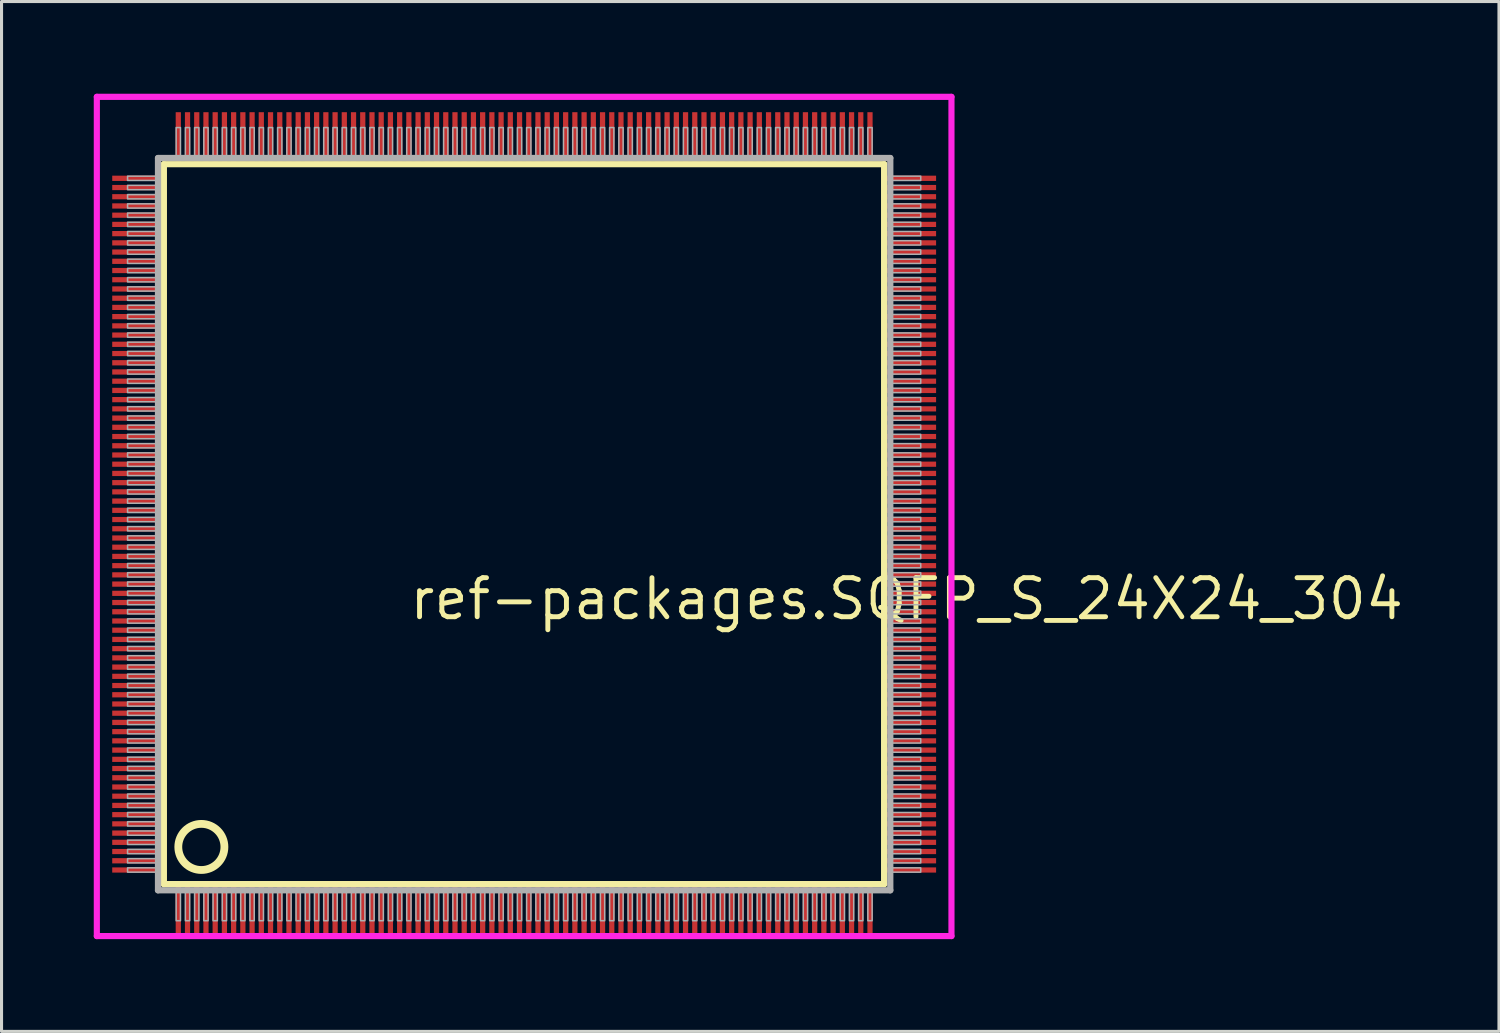
<source format=kicad_pcb>
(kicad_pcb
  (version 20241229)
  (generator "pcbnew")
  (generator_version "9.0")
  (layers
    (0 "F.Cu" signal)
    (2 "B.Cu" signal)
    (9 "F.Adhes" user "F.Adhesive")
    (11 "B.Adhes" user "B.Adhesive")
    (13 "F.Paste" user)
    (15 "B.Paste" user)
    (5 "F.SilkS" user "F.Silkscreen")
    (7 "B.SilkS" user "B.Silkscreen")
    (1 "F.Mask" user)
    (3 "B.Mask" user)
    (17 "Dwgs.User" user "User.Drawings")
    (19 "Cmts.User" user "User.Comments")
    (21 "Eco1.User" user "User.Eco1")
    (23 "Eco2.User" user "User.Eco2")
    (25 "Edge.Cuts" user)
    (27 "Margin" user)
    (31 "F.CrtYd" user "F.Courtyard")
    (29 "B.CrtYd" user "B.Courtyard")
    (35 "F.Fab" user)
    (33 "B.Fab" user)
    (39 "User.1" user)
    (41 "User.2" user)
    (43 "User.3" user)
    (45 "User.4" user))
  (footprint "ref-packages.SQFP_S_24X24_304"
    (layer "F.Cu")
    (at 14 14)
    (property "Reference" "ref-packages.SQFP_S_24X24_304" (at -3.81 3.175 0) (layer "F.SilkS") (effects (font (size 1.27 1.27) (thickness 0.16)) (justify left bottom)))
    (attr smd)
    (fp_line (start -11.72 -11.71) (end 11.71 -11.71) (stroke (width 0.203) (type default)) (layer "F.SilkS"))
    (fp_line (start -11.72 11.71) (end -11.72 -11.71) (stroke (width 0.203) (type default)) (layer "F.SilkS"))
    (fp_line (start 11.71 11.71) (end -11.72 11.71) (stroke (width 0.203) (type default)) (layer "F.SilkS"))
    (fp_line (start 11.71 -11.71) (end 11.71 11.71) (stroke (width 0.203) (type default)) (layer "F.SilkS"))
    (fp_circle (center -10.5 10.5) (end -9.75 10.5) (stroke (width 0.254) (type default)) (fill no) (layer "F.SilkS"))
    (fp_line (start -13.9 -13.9) (end 13.9 -13.9) (stroke (width 0.2) (type default)) (layer "F.CrtYd"))
    (fp_line (start -13.9 13.4) (end -13.9 -13.9) (stroke (width 0.2) (type default)) (layer "F.CrtYd"))
    (fp_line (start 13.9 -13.9) (end 13.9 13.4) (stroke (width 0.2) (type default)) (layer "F.CrtYd"))
    (fp_line (start 13.9 13.4) (end -13.9 13.4) (stroke (width 0.2) (type default)) (layer "F.CrtYd"))
    (fp_line (start -11.91 -11.91) (end -11.91 11.91) (stroke (width 0.203) (type default)) (layer "F.Fab"))
    (fp_line (start -11.91 11.91) (end 11.91 11.91) (stroke (width 0.203) (type default)) (layer "F.Fab"))
    (fp_line (start 11.91 -11.91) (end -11.91 -11.91) (stroke (width 0.203) (type default)) (layer "F.Fab"))
    (fp_line (start 11.91 11.91) (end 11.91 -11.91) (stroke (width 0.203) (type default)) (layer "F.Fab"))
    (fp_rect (start -12.9 -11.18) (end -11.95 -11.32) (stroke (width 0.05) (type default)) (fill no) (layer "F.Fab"))
    (fp_rect (start -12.9 -10.88) (end -11.95 -11.02) (stroke (width 0.05) (type default)) (fill no) (layer "F.Fab"))
    (fp_rect (start -12.9 -10.58) (end -11.95 -10.72) (stroke (width 0.05) (type default)) (fill no) (layer "F.Fab"))
    (fp_rect (start -12.9 -10.28) (end -11.95 -10.42) (stroke (width 0.05) (type default)) (fill no) (layer "F.Fab"))
    (fp_rect (start -12.9 -9.98) (end -11.95 -10.12) (stroke (width 0.05) (type default)) (fill no) (layer "F.Fab"))
    (fp_rect (start -12.9 -9.68) (end -11.95 -9.82) (stroke (width 0.05) (type default)) (fill no) (layer "F.Fab"))
    (fp_rect (start -12.9 -9.38) (end -11.95 -9.52) (stroke (width 0.05) (type default)) (fill no) (layer "F.Fab"))
    (fp_rect (start -12.9 -9.08) (end -11.95 -9.22) (stroke (width 0.05) (type default)) (fill no) (layer "F.Fab"))
    (fp_rect (start -12.9 -8.78) (end -11.95 -8.92) (stroke (width 0.05) (type default)) (fill no) (layer "F.Fab"))
    (fp_rect (start -12.9 -8.48) (end -11.95 -8.62) (stroke (width 0.05) (type default)) (fill no) (layer "F.Fab"))
    (fp_rect (start -12.9 -8.18) (end -11.95 -8.32) (stroke (width 0.05) (type default)) (fill no) (layer "F.Fab"))
    (fp_rect (start -12.9 -7.88) (end -11.95 -8.02) (stroke (width 0.05) (type default)) (fill no) (layer "F.Fab"))
    (fp_rect (start -12.9 -7.58) (end -11.95 -7.72) (stroke (width 0.05) (type default)) (fill no) (layer "F.Fab"))
    (fp_rect (start -12.9 -7.28) (end -11.95 -7.42) (stroke (width 0.05) (type default)) (fill no) (layer "F.Fab"))
    (fp_rect (start -12.9 -6.98) (end -11.95 -7.12) (stroke (width 0.05) (type default)) (fill no) (layer "F.Fab"))
    (fp_rect (start -12.9 -6.68) (end -11.95 -6.82) (stroke (width 0.05) (type default)) (fill no) (layer "F.Fab"))
    (fp_rect (start -12.9 -6.38) (end -11.95 -6.52) (stroke (width 0.05) (type default)) (fill no) (layer "F.Fab"))
    (fp_rect (start -12.9 -6.08) (end -11.95 -6.22) (stroke (width 0.05) (type default)) (fill no) (layer "F.Fab"))
    (fp_rect (start -12.9 -5.78) (end -11.95 -5.92) (stroke (width 0.05) (type default)) (fill no) (layer "F.Fab"))
    (fp_rect (start -12.9 -5.48) (end -11.95 -5.62) (stroke (width 0.05) (type default)) (fill no) (layer "F.Fab"))
    (fp_rect (start -12.9 -5.18) (end -11.95 -5.32) (stroke (width 0.05) (type default)) (fill no) (layer "F.Fab"))
    (fp_rect (start -12.9 -4.88) (end -11.95 -5.02) (stroke (width 0.05) (type default)) (fill no) (layer "F.Fab"))
    (fp_rect (start -12.9 -4.58) (end -11.95 -4.72) (stroke (width 0.05) (type default)) (fill no) (layer "F.Fab"))
    (fp_rect (start -12.9 -4.28) (end -11.95 -4.42) (stroke (width 0.05) (type default)) (fill no) (layer "F.Fab"))
    (fp_rect (start -12.9 -3.98) (end -11.95 -4.12) (stroke (width 0.05) (type default)) (fill no) (layer "F.Fab"))
    (fp_rect (start -12.9 -3.68) (end -11.95 -3.82) (stroke (width 0.05) (type default)) (fill no) (layer "F.Fab"))
    (fp_rect (start -12.9 -3.38) (end -11.95 -3.52) (stroke (width 0.05) (type default)) (fill no) (layer "F.Fab"))
    (fp_rect (start -12.9 -3.08) (end -11.95 -3.22) (stroke (width 0.05) (type default)) (fill no) (layer "F.Fab"))
    (fp_rect (start -12.9 -2.78) (end -11.95 -2.92) (stroke (width 0.05) (type default)) (fill no) (layer "F.Fab"))
    (fp_rect (start -12.9 -2.48) (end -11.95 -2.62) (stroke (width 0.05) (type default)) (fill no) (layer "F.Fab"))
    (fp_rect (start -12.9 -2.18) (end -11.95 -2.32) (stroke (width 0.05) (type default)) (fill no) (layer "F.Fab"))
    (fp_rect (start -12.9 -1.88) (end -11.95 -2.02) (stroke (width 0.05) (type default)) (fill no) (layer "F.Fab"))
    (fp_rect (start -12.9 -1.58) (end -11.95 -1.72) (stroke (width 0.05) (type default)) (fill no) (layer "F.Fab"))
    (fp_rect (start -12.9 -1.28) (end -11.95 -1.42) (stroke (width 0.05) (type default)) (fill no) (layer "F.Fab"))
    (fp_rect (start -12.9 -0.98) (end -11.95 -1.12) (stroke (width 0.05) (type default)) (fill no) (layer "F.Fab"))
    (fp_rect (start -12.9 -0.68) (end -11.95 -0.82) (stroke (width 0.05) (type default)) (fill no) (layer "F.Fab"))
    (fp_rect (start -12.9 -0.38) (end -11.95 -0.52) (stroke (width 0.05) (type default)) (fill no) (layer "F.Fab"))
    (fp_rect (start -12.9 -0.08) (end -11.95 -0.22) (stroke (width 0.05) (type default)) (fill no) (layer "F.Fab"))
    (fp_rect (start -12.9 0.22) (end -11.95 0.08) (stroke (width 0.05) (type default)) (fill no) (layer "F.Fab"))
    (fp_rect (start -12.9 0.52) (end -11.95 0.38) (stroke (width 0.05) (type default)) (fill no) (layer "F.Fab"))
    (fp_rect (start -12.9 0.82) (end -11.95 0.68) (stroke (width 0.05) (type default)) (fill no) (layer "F.Fab"))
    (fp_rect (start -12.9 1.12) (end -11.95 0.98) (stroke (width 0.05) (type default)) (fill no) (layer "F.Fab"))
    (fp_rect (start -12.9 1.42) (end -11.95 1.28) (stroke (width 0.05) (type default)) (fill no) (layer "F.Fab"))
    (fp_rect (start -12.9 1.72) (end -11.95 1.58) (stroke (width 0.05) (type default)) (fill no) (layer "F.Fab"))
    (fp_rect (start -12.9 2.02) (end -11.95 1.88) (stroke (width 0.05) (type default)) (fill no) (layer "F.Fab"))
    (fp_rect (start -12.9 2.32) (end -11.95 2.18) (stroke (width 0.05) (type default)) (fill no) (layer "F.Fab"))
    (fp_rect (start -12.9 2.62) (end -11.95 2.48) (stroke (width 0.05) (type default)) (fill no) (layer "F.Fab"))
    (fp_rect (start -12.9 2.92) (end -11.95 2.78) (stroke (width 0.05) (type default)) (fill no) (layer "F.Fab"))
    (fp_rect (start -12.9 3.22) (end -11.95 3.08) (stroke (width 0.05) (type default)) (fill no) (layer "F.Fab"))
    (fp_rect (start -12.9 3.52) (end -11.95 3.38) (stroke (width 0.05) (type default)) (fill no) (layer "F.Fab"))
    (fp_rect (start -12.9 3.82) (end -11.95 3.68) (stroke (width 0.05) (type default)) (fill no) (layer "F.Fab"))
    (fp_rect (start -12.9 4.12) (end -11.95 3.98) (stroke (width 0.05) (type default)) (fill no) (layer "F.Fab"))
    (fp_rect (start -12.9 4.42) (end -11.95 4.28) (stroke (width 0.05) (type default)) (fill no) (layer "F.Fab"))
    (fp_rect (start -12.9 4.72) (end -11.95 4.58) (stroke (width 0.05) (type default)) (fill no) (layer "F.Fab"))
    (fp_rect (start -12.9 5.02) (end -11.95 4.88) (stroke (width 0.05) (type default)) (fill no) (layer "F.Fab"))
    (fp_rect (start -12.9 5.32) (end -11.95 5.18) (stroke (width 0.05) (type default)) (fill no) (layer "F.Fab"))
    (fp_rect (start -12.9 5.62) (end -11.95 5.48) (stroke (width 0.05) (type default)) (fill no) (layer "F.Fab"))
    (fp_rect (start -12.9 5.92) (end -11.95 5.78) (stroke (width 0.05) (type default)) (fill no) (layer "F.Fab"))
    (fp_rect (start -12.9 6.22) (end -11.95 6.08) (stroke (width 0.05) (type default)) (fill no) (layer "F.Fab"))
    (fp_rect (start -12.9 6.52) (end -11.95 6.38) (stroke (width 0.05) (type default)) (fill no) (layer "F.Fab"))
    (fp_rect (start -12.9 6.82) (end -11.95 6.68) (stroke (width 0.05) (type default)) (fill no) (layer "F.Fab"))
    (fp_rect (start -12.9 7.12) (end -11.95 6.98) (stroke (width 0.05) (type default)) (fill no) (layer "F.Fab"))
    (fp_rect (start -12.9 7.42) (end -11.95 7.28) (stroke (width 0.05) (type default)) (fill no) (layer "F.Fab"))
    (fp_rect (start -12.9 7.72) (end -11.95 7.58) (stroke (width 0.05) (type default)) (fill no) (layer "F.Fab"))
    (fp_rect (start -12.9 8.02) (end -11.95 7.88) (stroke (width 0.05) (type default)) (fill no) (layer "F.Fab"))
    (fp_rect (start -12.9 8.32) (end -11.95 8.18) (stroke (width 0.05) (type default)) (fill no) (layer "F.Fab"))
    (fp_rect (start -12.9 8.62) (end -11.95 8.48) (stroke (width 0.05) (type default)) (fill no) (layer "F.Fab"))
    (fp_rect (start -12.9 8.92) (end -11.95 8.78) (stroke (width 0.05) (type default)) (fill no) (layer "F.Fab"))
    (fp_rect (start -12.9 9.22) (end -11.95 9.08) (stroke (width 0.05) (type default)) (fill no) (layer "F.Fab"))
    (fp_rect (start -12.9 9.52) (end -11.95 9.38) (stroke (width 0.05) (type default)) (fill no) (layer "F.Fab"))
    (fp_rect (start -12.9 9.82) (end -11.95 9.68) (stroke (width 0.05) (type default)) (fill no) (layer "F.Fab"))
    (fp_rect (start -12.9 10.12) (end -11.95 9.98) (stroke (width 0.05) (type default)) (fill no) (layer "F.Fab"))
    (fp_rect (start -12.9 10.42) (end -11.95 10.28) (stroke (width 0.05) (type default)) (fill no) (layer "F.Fab"))
    (fp_rect (start -12.9 10.72) (end -11.95 10.58) (stroke (width 0.05) (type default)) (fill no) (layer "F.Fab"))
    (fp_rect (start -12.9 11.02) (end -11.95 10.88) (stroke (width 0.05) (type default)) (fill no) (layer "F.Fab"))
    (fp_rect (start -12.9 11.32) (end -11.95 11.18) (stroke (width 0.05) (type default)) (fill no) (layer "F.Fab"))
    (fp_rect (start -11.32 -11.95) (end -11.18 -12.9) (stroke (width 0.05) (type default)) (fill no) (layer "F.Fab"))
    (fp_rect (start -11.32 12.9) (end -11.18 11.95) (stroke (width 0.05) (type default)) (fill no) (layer "F.Fab"))
    (fp_rect (start -11.02 -11.95) (end -10.88 -12.9) (stroke (width 0.05) (type default)) (fill no) (layer "F.Fab"))
    (fp_rect (start -11.02 12.9) (end -10.88 11.95) (stroke (width 0.05) (type default)) (fill no) (layer "F.Fab"))
    (fp_rect (start -10.72 -11.95) (end -10.58 -12.9) (stroke (width 0.05) (type default)) (fill no) (layer "F.Fab"))
    (fp_rect (start -10.72 12.9) (end -10.58 11.95) (stroke (width 0.05) (type default)) (fill no) (layer "F.Fab"))
    (fp_rect (start -10.42 -11.95) (end -10.28 -12.9) (stroke (width 0.05) (type default)) (fill no) (layer "F.Fab"))
    (fp_rect (start -10.42 12.9) (end -10.28 11.95) (stroke (width 0.05) (type default)) (fill no) (layer "F.Fab"))
    (fp_rect (start -10.12 -11.95) (end -9.98 -12.9) (stroke (width 0.05) (type default)) (fill no) (layer "F.Fab"))
    (fp_rect (start -10.12 12.9) (end -9.98 11.95) (stroke (width 0.05) (type default)) (fill no) (layer "F.Fab"))
    (fp_rect (start -9.82 -11.95) (end -9.68 -12.9) (stroke (width 0.05) (type default)) (fill no) (layer "F.Fab"))
    (fp_rect (start -9.82 12.9) (end -9.68 11.95) (stroke (width 0.05) (type default)) (fill no) (layer "F.Fab"))
    (fp_rect (start -9.52 -11.95) (end -9.38 -12.9) (stroke (width 0.05) (type default)) (fill no) (layer "F.Fab"))
    (fp_rect (start -9.52 12.9) (end -9.38 11.95) (stroke (width 0.05) (type default)) (fill no) (layer "F.Fab"))
    (fp_rect (start -9.22 -11.95) (end -9.08 -12.9) (stroke (width 0.05) (type default)) (fill no) (layer "F.Fab"))
    (fp_rect (start -9.22 12.9) (end -9.08 11.95) (stroke (width 0.05) (type default)) (fill no) (layer "F.Fab"))
    (fp_rect (start -8.92 -11.95) (end -8.78 -12.9) (stroke (width 0.05) (type default)) (fill no) (layer "F.Fab"))
    (fp_rect (start -8.92 12.9) (end -8.78 11.95) (stroke (width 0.05) (type default)) (fill no) (layer "F.Fab"))
    (fp_rect (start -8.62 -11.95) (end -8.48 -12.9) (stroke (width 0.05) (type default)) (fill no) (layer "F.Fab"))
    (fp_rect (start -8.62 12.9) (end -8.48 11.95) (stroke (width 0.05) (type default)) (fill no) (layer "F.Fab"))
    (fp_rect (start -8.32 -11.95) (end -8.18 -12.9) (stroke (width 0.05) (type default)) (fill no) (layer "F.Fab"))
    (fp_rect (start -8.32 12.9) (end -8.18 11.95) (stroke (width 0.05) (type default)) (fill no) (layer "F.Fab"))
    (fp_rect (start -8.02 -11.95) (end -7.88 -12.9) (stroke (width 0.05) (type default)) (fill no) (layer "F.Fab"))
    (fp_rect (start -8.02 12.9) (end -7.88 11.95) (stroke (width 0.05) (type default)) (fill no) (layer "F.Fab"))
    (fp_rect (start -7.72 -11.95) (end -7.58 -12.9) (stroke (width 0.05) (type default)) (fill no) (layer "F.Fab"))
    (fp_rect (start -7.72 12.9) (end -7.58 11.95) (stroke (width 0.05) (type default)) (fill no) (layer "F.Fab"))
    (fp_rect (start -7.42 -11.95) (end -7.28 -12.9) (stroke (width 0.05) (type default)) (fill no) (layer "F.Fab"))
    (fp_rect (start -7.42 12.9) (end -7.28 11.95) (stroke (width 0.05) (type default)) (fill no) (layer "F.Fab"))
    (fp_rect (start -7.12 -11.95) (end -6.98 -12.9) (stroke (width 0.05) (type default)) (fill no) (layer "F.Fab"))
    (fp_rect (start -7.12 12.9) (end -6.98 11.95) (stroke (width 0.05) (type default)) (fill no) (layer "F.Fab"))
    (fp_rect (start -6.82 -11.95) (end -6.68 -12.9) (stroke (width 0.05) (type default)) (fill no) (layer "F.Fab"))
    (fp_rect (start -6.82 12.9) (end -6.68 11.95) (stroke (width 0.05) (type default)) (fill no) (layer "F.Fab"))
    (fp_rect (start -6.52 -11.95) (end -6.38 -12.9) (stroke (width 0.05) (type default)) (fill no) (layer "F.Fab"))
    (fp_rect (start -6.52 12.9) (end -6.38 11.95) (stroke (width 0.05) (type default)) (fill no) (layer "F.Fab"))
    (fp_rect (start -6.22 -11.95) (end -6.08 -12.9) (stroke (width 0.05) (type default)) (fill no) (layer "F.Fab"))
    (fp_rect (start -6.22 12.9) (end -6.08 11.95) (stroke (width 0.05) (type default)) (fill no) (layer "F.Fab"))
    (fp_rect (start -5.92 -11.95) (end -5.78 -12.9) (stroke (width 0.05) (type default)) (fill no) (layer "F.Fab"))
    (fp_rect (start -5.92 12.9) (end -5.78 11.95) (stroke (width 0.05) (type default)) (fill no) (layer "F.Fab"))
    (fp_rect (start -5.62 -11.95) (end -5.48 -12.9) (stroke (width 0.05) (type default)) (fill no) (layer "F.Fab"))
    (fp_rect (start -5.62 12.9) (end -5.48 11.95) (stroke (width 0.05) (type default)) (fill no) (layer "F.Fab"))
    (fp_rect (start -5.32 -11.95) (end -5.18 -12.9) (stroke (width 0.05) (type default)) (fill no) (layer "F.Fab"))
    (fp_rect (start -5.32 12.9) (end -5.18 11.95) (stroke (width 0.05) (type default)) (fill no) (layer "F.Fab"))
    (fp_rect (start -5.02 -11.95) (end -4.88 -12.9) (stroke (width 0.05) (type default)) (fill no) (layer "F.Fab"))
    (fp_rect (start -5.02 12.9) (end -4.88 11.95) (stroke (width 0.05) (type default)) (fill no) (layer "F.Fab"))
    (fp_rect (start -4.72 -11.95) (end -4.58 -12.9) (stroke (width 0.05) (type default)) (fill no) (layer "F.Fab"))
    (fp_rect (start -4.72 12.9) (end -4.58 11.95) (stroke (width 0.05) (type default)) (fill no) (layer "F.Fab"))
    (fp_rect (start -4.42 -11.95) (end -4.28 -12.9) (stroke (width 0.05) (type default)) (fill no) (layer "F.Fab"))
    (fp_rect (start -4.42 12.9) (end -4.28 11.95) (stroke (width 0.05) (type default)) (fill no) (layer "F.Fab"))
    (fp_rect (start -4.12 -11.95) (end -3.98 -12.9) (stroke (width 0.05) (type default)) (fill no) (layer "F.Fab"))
    (fp_rect (start -4.12 12.9) (end -3.98 11.95) (stroke (width 0.05) (type default)) (fill no) (layer "F.Fab"))
    (fp_rect (start -3.82 -11.95) (end -3.68 -12.9) (stroke (width 0.05) (type default)) (fill no) (layer "F.Fab"))
    (fp_rect (start -3.82 12.9) (end -3.68 11.95) (stroke (width 0.05) (type default)) (fill no) (layer "F.Fab"))
    (fp_rect (start -3.52 -11.95) (end -3.38 -12.9) (stroke (width 0.05) (type default)) (fill no) (layer "F.Fab"))
    (fp_rect (start -3.52 12.9) (end -3.38 11.95) (stroke (width 0.05) (type default)) (fill no) (layer "F.Fab"))
    (fp_rect (start -3.22 -11.95) (end -3.08 -12.9) (stroke (width 0.05) (type default)) (fill no) (layer "F.Fab"))
    (fp_rect (start -3.22 12.9) (end -3.08 11.95) (stroke (width 0.05) (type default)) (fill no) (layer "F.Fab"))
    (fp_rect (start -2.92 -11.95) (end -2.78 -12.9) (stroke (width 0.05) (type default)) (fill no) (layer "F.Fab"))
    (fp_rect (start -2.92 12.9) (end -2.78 11.95) (stroke (width 0.05) (type default)) (fill no) (layer "F.Fab"))
    (fp_rect (start -2.62 -11.95) (end -2.48 -12.9) (stroke (width 0.05) (type default)) (fill no) (layer "F.Fab"))
    (fp_rect (start -2.62 12.9) (end -2.48 11.95) (stroke (width 0.05) (type default)) (fill no) (layer "F.Fab"))
    (fp_rect (start -2.32 -11.95) (end -2.18 -12.9) (stroke (width 0.05) (type default)) (fill no) (layer "F.Fab"))
    (fp_rect (start -2.32 12.9) (end -2.18 11.95) (stroke (width 0.05) (type default)) (fill no) (layer "F.Fab"))
    (fp_rect (start -2.02 -11.95) (end -1.88 -12.9) (stroke (width 0.05) (type default)) (fill no) (layer "F.Fab"))
    (fp_rect (start -2.02 12.9) (end -1.88 11.95) (stroke (width 0.05) (type default)) (fill no) (layer "F.Fab"))
    (fp_rect (start -1.72 -11.95) (end -1.58 -12.9) (stroke (width 0.05) (type default)) (fill no) (layer "F.Fab"))
    (fp_rect (start -1.72 12.9) (end -1.58 11.95) (stroke (width 0.05) (type default)) (fill no) (layer "F.Fab"))
    (fp_rect (start -1.42 -11.95) (end -1.28 -12.9) (stroke (width 0.05) (type default)) (fill no) (layer "F.Fab"))
    (fp_rect (start -1.42 12.9) (end -1.28 11.95) (stroke (width 0.05) (type default)) (fill no) (layer "F.Fab"))
    (fp_rect (start -1.12 -11.95) (end -0.98 -12.9) (stroke (width 0.05) (type default)) (fill no) (layer "F.Fab"))
    (fp_rect (start -1.12 12.9) (end -0.98 11.95) (stroke (width 0.05) (type default)) (fill no) (layer "F.Fab"))
    (fp_rect (start -0.82 -11.95) (end -0.68 -12.9) (stroke (width 0.05) (type default)) (fill no) (layer "F.Fab"))
    (fp_rect (start -0.82 12.9) (end -0.68 11.95) (stroke (width 0.05) (type default)) (fill no) (layer "F.Fab"))
    (fp_rect (start -0.52 -11.95) (end -0.38 -12.9) (stroke (width 0.05) (type default)) (fill no) (layer "F.Fab"))
    (fp_rect (start -0.52 12.9) (end -0.38 11.95) (stroke (width 0.05) (type default)) (fill no) (layer "F.Fab"))
    (fp_rect (start -0.22 -11.95) (end -0.08 -12.9) (stroke (width 0.05) (type default)) (fill no) (layer "F.Fab"))
    (fp_rect (start -0.22 12.9) (end -0.08 11.95) (stroke (width 0.05) (type default)) (fill no) (layer "F.Fab"))
    (fp_rect (start 0.08 -11.95) (end 0.22 -12.9) (stroke (width 0.05) (type default)) (fill no) (layer "F.Fab"))
    (fp_rect (start 0.08 12.9) (end 0.22 11.95) (stroke (width 0.05) (type default)) (fill no) (layer "F.Fab"))
    (fp_rect (start 0.38 -11.95) (end 0.52 -12.9) (stroke (width 0.05) (type default)) (fill no) (layer "F.Fab"))
    (fp_rect (start 0.38 12.9) (end 0.52 11.95) (stroke (width 0.05) (type default)) (fill no) (layer "F.Fab"))
    (fp_rect (start 0.68 -11.95) (end 0.82 -12.9) (stroke (width 0.05) (type default)) (fill no) (layer "F.Fab"))
    (fp_rect (start 0.68 12.9) (end 0.82 11.95) (stroke (width 0.05) (type default)) (fill no) (layer "F.Fab"))
    (fp_rect (start 0.98 -11.95) (end 1.12 -12.9) (stroke (width 0.05) (type default)) (fill no) (layer "F.Fab"))
    (fp_rect (start 0.98 12.9) (end 1.12 11.95) (stroke (width 0.05) (type default)) (fill no) (layer "F.Fab"))
    (fp_rect (start 1.28 -11.95) (end 1.42 -12.9) (stroke (width 0.05) (type default)) (fill no) (layer "F.Fab"))
    (fp_rect (start 1.28 12.9) (end 1.42 11.95) (stroke (width 0.05) (type default)) (fill no) (layer "F.Fab"))
    (fp_rect (start 1.58 -11.95) (end 1.72 -12.9) (stroke (width 0.05) (type default)) (fill no) (layer "F.Fab"))
    (fp_rect (start 1.58 12.9) (end 1.72 11.95) (stroke (width 0.05) (type default)) (fill no) (layer "F.Fab"))
    (fp_rect (start 1.88 -11.95) (end 2.02 -12.9) (stroke (width 0.05) (type default)) (fill no) (layer "F.Fab"))
    (fp_rect (start 1.88 12.9) (end 2.02 11.95) (stroke (width 0.05) (type default)) (fill no) (layer "F.Fab"))
    (fp_rect (start 2.18 -11.95) (end 2.32 -12.9) (stroke (width 0.05) (type default)) (fill no) (layer "F.Fab"))
    (fp_rect (start 2.18 12.9) (end 2.32 11.95) (stroke (width 0.05) (type default)) (fill no) (layer "F.Fab"))
    (fp_rect (start 2.48 -11.95) (end 2.62 -12.9) (stroke (width 0.05) (type default)) (fill no) (layer "F.Fab"))
    (fp_rect (start 2.48 12.9) (end 2.62 11.95) (stroke (width 0.05) (type default)) (fill no) (layer "F.Fab"))
    (fp_rect (start 2.78 -11.95) (end 2.92 -12.9) (stroke (width 0.05) (type default)) (fill no) (layer "F.Fab"))
    (fp_rect (start 2.78 12.9) (end 2.92 11.95) (stroke (width 0.05) (type default)) (fill no) (layer "F.Fab"))
    (fp_rect (start 3.08 -11.95) (end 3.22 -12.9) (stroke (width 0.05) (type default)) (fill no) (layer "F.Fab"))
    (fp_rect (start 3.08 12.9) (end 3.22 11.95) (stroke (width 0.05) (type default)) (fill no) (layer "F.Fab"))
    (fp_rect (start 3.38 -11.95) (end 3.52 -12.9) (stroke (width 0.05) (type default)) (fill no) (layer "F.Fab"))
    (fp_rect (start 3.38 12.9) (end 3.52 11.95) (stroke (width 0.05) (type default)) (fill no) (layer "F.Fab"))
    (fp_rect (start 3.68 -11.95) (end 3.82 -12.9) (stroke (width 0.05) (type default)) (fill no) (layer "F.Fab"))
    (fp_rect (start 3.68 12.9) (end 3.82 11.95) (stroke (width 0.05) (type default)) (fill no) (layer "F.Fab"))
    (fp_rect (start 3.98 -11.95) (end 4.12 -12.9) (stroke (width 0.05) (type default)) (fill no) (layer "F.Fab"))
    (fp_rect (start 3.98 12.9) (end 4.12 11.95) (stroke (width 0.05) (type default)) (fill no) (layer "F.Fab"))
    (fp_rect (start 4.28 -11.95) (end 4.42 -12.9) (stroke (width 0.05) (type default)) (fill no) (layer "F.Fab"))
    (fp_rect (start 4.28 12.9) (end 4.42 11.95) (stroke (width 0.05) (type default)) (fill no) (layer "F.Fab"))
    (fp_rect (start 4.58 -11.95) (end 4.72 -12.9) (stroke (width 0.05) (type default)) (fill no) (layer "F.Fab"))
    (fp_rect (start 4.58 12.9) (end 4.72 11.95) (stroke (width 0.05) (type default)) (fill no) (layer "F.Fab"))
    (fp_rect (start 4.88 -11.95) (end 5.02 -12.9) (stroke (width 0.05) (type default)) (fill no) (layer "F.Fab"))
    (fp_rect (start 4.88 12.9) (end 5.02 11.95) (stroke (width 0.05) (type default)) (fill no) (layer "F.Fab"))
    (fp_rect (start 5.18 -11.95) (end 5.32 -12.9) (stroke (width 0.05) (type default)) (fill no) (layer "F.Fab"))
    (fp_rect (start 5.18 12.9) (end 5.32 11.95) (stroke (width 0.05) (type default)) (fill no) (layer "F.Fab"))
    (fp_rect (start 5.48 -11.95) (end 5.62 -12.9) (stroke (width 0.05) (type default)) (fill no) (layer "F.Fab"))
    (fp_rect (start 5.48 12.9) (end 5.62 11.95) (stroke (width 0.05) (type default)) (fill no) (layer "F.Fab"))
    (fp_rect (start 5.78 -11.95) (end 5.92 -12.9) (stroke (width 0.05) (type default)) (fill no) (layer "F.Fab"))
    (fp_rect (start 5.78 12.9) (end 5.92 11.95) (stroke (width 0.05) (type default)) (fill no) (layer "F.Fab"))
    (fp_rect (start 6.08 -11.95) (end 6.22 -12.9) (stroke (width 0.05) (type default)) (fill no) (layer "F.Fab"))
    (fp_rect (start 6.08 12.9) (end 6.22 11.95) (stroke (width 0.05) (type default)) (fill no) (layer "F.Fab"))
    (fp_rect (start 6.38 -11.95) (end 6.52 -12.9) (stroke (width 0.05) (type default)) (fill no) (layer "F.Fab"))
    (fp_rect (start 6.38 12.9) (end 6.52 11.95) (stroke (width 0.05) (type default)) (fill no) (layer "F.Fab"))
    (fp_rect (start 6.68 -11.95) (end 6.82 -12.9) (stroke (width 0.05) (type default)) (fill no) (layer "F.Fab"))
    (fp_rect (start 6.68 12.9) (end 6.82 11.95) (stroke (width 0.05) (type default)) (fill no) (layer "F.Fab"))
    (fp_rect (start 6.98 -11.95) (end 7.12 -12.9) (stroke (width 0.05) (type default)) (fill no) (layer "F.Fab"))
    (fp_rect (start 6.98 12.9) (end 7.12 11.95) (stroke (width 0.05) (type default)) (fill no) (layer "F.Fab"))
    (fp_rect (start 7.28 -11.95) (end 7.42 -12.9) (stroke (width 0.05) (type default)) (fill no) (layer "F.Fab"))
    (fp_rect (start 7.28 12.9) (end 7.42 11.95) (stroke (width 0.05) (type default)) (fill no) (layer "F.Fab"))
    (fp_rect (start 7.58 -11.95) (end 7.72 -12.9) (stroke (width 0.05) (type default)) (fill no) (layer "F.Fab"))
    (fp_rect (start 7.58 12.9) (end 7.72 11.95) (stroke (width 0.05) (type default)) (fill no) (layer "F.Fab"))
    (fp_rect (start 7.88 -11.95) (end 8.02 -12.9) (stroke (width 0.05) (type default)) (fill no) (layer "F.Fab"))
    (fp_rect (start 7.88 12.9) (end 8.02 11.95) (stroke (width 0.05) (type default)) (fill no) (layer "F.Fab"))
    (fp_rect (start 8.18 -11.95) (end 8.32 -12.9) (stroke (width 0.05) (type default)) (fill no) (layer "F.Fab"))
    (fp_rect (start 8.18 12.9) (end 8.32 11.95) (stroke (width 0.05) (type default)) (fill no) (layer "F.Fab"))
    (fp_rect (start 8.48 -11.95) (end 8.62 -12.9) (stroke (width 0.05) (type default)) (fill no) (layer "F.Fab"))
    (fp_rect (start 8.48 12.9) (end 8.62 11.95) (stroke (width 0.05) (type default)) (fill no) (layer "F.Fab"))
    (fp_rect (start 8.78 -11.95) (end 8.92 -12.9) (stroke (width 0.05) (type default)) (fill no) (layer "F.Fab"))
    (fp_rect (start 8.78 12.9) (end 8.92 11.95) (stroke (width 0.05) (type default)) (fill no) (layer "F.Fab"))
    (fp_rect (start 9.08 -11.95) (end 9.22 -12.9) (stroke (width 0.05) (type default)) (fill no) (layer "F.Fab"))
    (fp_rect (start 9.08 12.9) (end 9.22 11.95) (stroke (width 0.05) (type default)) (fill no) (layer "F.Fab"))
    (fp_rect (start 9.38 -11.95) (end 9.52 -12.9) (stroke (width 0.05) (type default)) (fill no) (layer "F.Fab"))
    (fp_rect (start 9.38 12.9) (end 9.52 11.95) (stroke (width 0.05) (type default)) (fill no) (layer "F.Fab"))
    (fp_rect (start 9.68 -11.95) (end 9.82 -12.9) (stroke (width 0.05) (type default)) (fill no) (layer "F.Fab"))
    (fp_rect (start 9.68 12.9) (end 9.82 11.95) (stroke (width 0.05) (type default)) (fill no) (layer "F.Fab"))
    (fp_rect (start 9.98 -11.95) (end 10.12 -12.9) (stroke (width 0.05) (type default)) (fill no) (layer "F.Fab"))
    (fp_rect (start 9.98 12.9) (end 10.12 11.95) (stroke (width 0.05) (type default)) (fill no) (layer "F.Fab"))
    (fp_rect (start 10.28 -11.95) (end 10.42 -12.9) (stroke (width 0.05) (type default)) (fill no) (layer "F.Fab"))
    (fp_rect (start 10.28 12.9) (end 10.42 11.95) (stroke (width 0.05) (type default)) (fill no) (layer "F.Fab"))
    (fp_rect (start 10.58 -11.95) (end 10.72 -12.9) (stroke (width 0.05) (type default)) (fill no) (layer "F.Fab"))
    (fp_rect (start 10.58 12.9) (end 10.72 11.95) (stroke (width 0.05) (type default)) (fill no) (layer "F.Fab"))
    (fp_rect (start 10.88 -11.95) (end 11.02 -12.9) (stroke (width 0.05) (type default)) (fill no) (layer "F.Fab"))
    (fp_rect (start 10.88 12.9) (end 11.02 11.95) (stroke (width 0.05) (type default)) (fill no) (layer "F.Fab"))
    (fp_rect (start 11.18 -11.95) (end 11.32 -12.9) (stroke (width 0.05) (type default)) (fill no) (layer "F.Fab"))
    (fp_rect (start 11.18 12.9) (end 11.32 11.95) (stroke (width 0.05) (type default)) (fill no) (layer "F.Fab"))
    (fp_rect (start 11.95 -11.18) (end 12.9 -11.32) (stroke (width 0.05) (type default)) (fill no) (layer "F.Fab"))
    (fp_rect (start 11.95 -10.88) (end 12.9 -11.02) (stroke (width 0.05) (type default)) (fill no) (layer "F.Fab"))
    (fp_rect (start 11.95 -10.58) (end 12.9 -10.72) (stroke (width 0.05) (type default)) (fill no) (layer "F.Fab"))
    (fp_rect (start 11.95 -10.28) (end 12.9 -10.42) (stroke (width 0.05) (type default)) (fill no) (layer "F.Fab"))
    (fp_rect (start 11.95 -9.98) (end 12.9 -10.12) (stroke (width 0.05) (type default)) (fill no) (layer "F.Fab"))
    (fp_rect (start 11.95 -9.68) (end 12.9 -9.82) (stroke (width 0.05) (type default)) (fill no) (layer "F.Fab"))
    (fp_rect (start 11.95 -9.38) (end 12.9 -9.52) (stroke (width 0.05) (type default)) (fill no) (layer "F.Fab"))
    (fp_rect (start 11.95 -9.08) (end 12.9 -9.22) (stroke (width 0.05) (type default)) (fill no) (layer "F.Fab"))
    (fp_rect (start 11.95 -8.78) (end 12.9 -8.92) (stroke (width 0.05) (type default)) (fill no) (layer "F.Fab"))
    (fp_rect (start 11.95 -8.48) (end 12.9 -8.62) (stroke (width 0.05) (type default)) (fill no) (layer "F.Fab"))
    (fp_rect (start 11.95 -8.18) (end 12.9 -8.32) (stroke (width 0.05) (type default)) (fill no) (layer "F.Fab"))
    (fp_rect (start 11.95 -7.88) (end 12.9 -8.02) (stroke (width 0.05) (type default)) (fill no) (layer "F.Fab"))
    (fp_rect (start 11.95 -7.58) (end 12.9 -7.72) (stroke (width 0.05) (type default)) (fill no) (layer "F.Fab"))
    (fp_rect (start 11.95 -7.28) (end 12.9 -7.42) (stroke (width 0.05) (type default)) (fill no) (layer "F.Fab"))
    (fp_rect (start 11.95 -6.98) (end 12.9 -7.12) (stroke (width 0.05) (type default)) (fill no) (layer "F.Fab"))
    (fp_rect (start 11.95 -6.68) (end 12.9 -6.82) (stroke (width 0.05) (type default)) (fill no) (layer "F.Fab"))
    (fp_rect (start 11.95 -6.38) (end 12.9 -6.52) (stroke (width 0.05) (type default)) (fill no) (layer "F.Fab"))
    (fp_rect (start 11.95 -6.08) (end 12.9 -6.22) (stroke (width 0.05) (type default)) (fill no) (layer "F.Fab"))
    (fp_rect (start 11.95 -5.78) (end 12.9 -5.92) (stroke (width 0.05) (type default)) (fill no) (layer "F.Fab"))
    (fp_rect (start 11.95 -5.48) (end 12.9 -5.62) (stroke (width 0.05) (type default)) (fill no) (layer "F.Fab"))
    (fp_rect (start 11.95 -5.18) (end 12.9 -5.32) (stroke (width 0.05) (type default)) (fill no) (layer "F.Fab"))
    (fp_rect (start 11.95 -4.88) (end 12.9 -5.02) (stroke (width 0.05) (type default)) (fill no) (layer "F.Fab"))
    (fp_rect (start 11.95 -4.58) (end 12.9 -4.72) (stroke (width 0.05) (type default)) (fill no) (layer "F.Fab"))
    (fp_rect (start 11.95 -4.28) (end 12.9 -4.42) (stroke (width 0.05) (type default)) (fill no) (layer "F.Fab"))
    (fp_rect (start 11.95 -3.98) (end 12.9 -4.12) (stroke (width 0.05) (type default)) (fill no) (layer "F.Fab"))
    (fp_rect (start 11.95 -3.68) (end 12.9 -3.82) (stroke (width 0.05) (type default)) (fill no) (layer "F.Fab"))
    (fp_rect (start 11.95 -3.38) (end 12.9 -3.52) (stroke (width 0.05) (type default)) (fill no) (layer "F.Fab"))
    (fp_rect (start 11.95 -3.08) (end 12.9 -3.22) (stroke (width 0.05) (type default)) (fill no) (layer "F.Fab"))
    (fp_rect (start 11.95 -2.78) (end 12.9 -2.92) (stroke (width 0.05) (type default)) (fill no) (layer "F.Fab"))
    (fp_rect (start 11.95 -2.48) (end 12.9 -2.62) (stroke (width 0.05) (type default)) (fill no) (layer "F.Fab"))
    (fp_rect (start 11.95 -2.18) (end 12.9 -2.32) (stroke (width 0.05) (type default)) (fill no) (layer "F.Fab"))
    (fp_rect (start 11.95 -1.88) (end 12.9 -2.02) (stroke (width 0.05) (type default)) (fill no) (layer "F.Fab"))
    (fp_rect (start 11.95 -1.58) (end 12.9 -1.72) (stroke (width 0.05) (type default)) (fill no) (layer "F.Fab"))
    (fp_rect (start 11.95 -1.28) (end 12.9 -1.42) (stroke (width 0.05) (type default)) (fill no) (layer "F.Fab"))
    (fp_rect (start 11.95 -0.98) (end 12.9 -1.12) (stroke (width 0.05) (type default)) (fill no) (layer "F.Fab"))
    (fp_rect (start 11.95 -0.68) (end 12.9 -0.82) (stroke (width 0.05) (type default)) (fill no) (layer "F.Fab"))
    (fp_rect (start 11.95 -0.38) (end 12.9 -0.52) (stroke (width 0.05) (type default)) (fill no) (layer "F.Fab"))
    (fp_rect (start 11.95 -0.08) (end 12.9 -0.22) (stroke (width 0.05) (type default)) (fill no) (layer "F.Fab"))
    (fp_rect (start 11.95 0.22) (end 12.9 0.08) (stroke (width 0.05) (type default)) (fill no) (layer "F.Fab"))
    (fp_rect (start 11.95 0.52) (end 12.9 0.38) (stroke (width 0.05) (type default)) (fill no) (layer "F.Fab"))
    (fp_rect (start 11.95 0.82) (end 12.9 0.68) (stroke (width 0.05) (type default)) (fill no) (layer "F.Fab"))
    (fp_rect (start 11.95 1.12) (end 12.9 0.98) (stroke (width 0.05) (type default)) (fill no) (layer "F.Fab"))
    (fp_rect (start 11.95 1.42) (end 12.9 1.28) (stroke (width 0.05) (type default)) (fill no) (layer "F.Fab"))
    (fp_rect (start 11.95 1.72) (end 12.9 1.58) (stroke (width 0.05) (type default)) (fill no) (layer "F.Fab"))
    (fp_rect (start 11.95 2.02) (end 12.9 1.88) (stroke (width 0.05) (type default)) (fill no) (layer "F.Fab"))
    (fp_rect (start 11.95 2.32) (end 12.9 2.18) (stroke (width 0.05) (type default)) (fill no) (layer "F.Fab"))
    (fp_rect (start 11.95 2.62) (end 12.9 2.48) (stroke (width 0.05) (type default)) (fill no) (layer "F.Fab"))
    (fp_rect (start 11.95 2.92) (end 12.9 2.78) (stroke (width 0.05) (type default)) (fill no) (layer "F.Fab"))
    (fp_rect (start 11.95 3.22) (end 12.9 3.08) (stroke (width 0.05) (type default)) (fill no) (layer "F.Fab"))
    (fp_rect (start 11.95 3.52) (end 12.9 3.38) (stroke (width 0.05) (type default)) (fill no) (layer "F.Fab"))
    (fp_rect (start 11.95 3.82) (end 12.9 3.68) (stroke (width 0.05) (type default)) (fill no) (layer "F.Fab"))
    (fp_rect (start 11.95 4.12) (end 12.9 3.98) (stroke (width 0.05) (type default)) (fill no) (layer "F.Fab"))
    (fp_rect (start 11.95 4.42) (end 12.9 4.28) (stroke (width 0.05) (type default)) (fill no) (layer "F.Fab"))
    (fp_rect (start 11.95 4.72) (end 12.9 4.58) (stroke (width 0.05) (type default)) (fill no) (layer "F.Fab"))
    (fp_rect (start 11.95 5.02) (end 12.9 4.88) (stroke (width 0.05) (type default)) (fill no) (layer "F.Fab"))
    (fp_rect (start 11.95 5.32) (end 12.9 5.18) (stroke (width 0.05) (type default)) (fill no) (layer "F.Fab"))
    (fp_rect (start 11.95 5.62) (end 12.9 5.48) (stroke (width 0.05) (type default)) (fill no) (layer "F.Fab"))
    (fp_rect (start 11.95 5.92) (end 12.9 5.78) (stroke (width 0.05) (type default)) (fill no) (layer "F.Fab"))
    (fp_rect (start 11.95 6.22) (end 12.9 6.08) (stroke (width 0.05) (type default)) (fill no) (layer "F.Fab"))
    (fp_rect (start 11.95 6.52) (end 12.9 6.38) (stroke (width 0.05) (type default)) (fill no) (layer "F.Fab"))
    (fp_rect (start 11.95 6.82) (end 12.9 6.68) (stroke (width 0.05) (type default)) (fill no) (layer "F.Fab"))
    (fp_rect (start 11.95 7.12) (end 12.9 6.98) (stroke (width 0.05) (type default)) (fill no) (layer "F.Fab"))
    (fp_rect (start 11.95 7.42) (end 12.9 7.28) (stroke (width 0.05) (type default)) (fill no) (layer "F.Fab"))
    (fp_rect (start 11.95 7.72) (end 12.9 7.58) (stroke (width 0.05) (type default)) (fill no) (layer "F.Fab"))
    (fp_rect (start 11.95 8.02) (end 12.9 7.88) (stroke (width 0.05) (type default)) (fill no) (layer "F.Fab"))
    (fp_rect (start 11.95 8.32) (end 12.9 8.18) (stroke (width 0.05) (type default)) (fill no) (layer "F.Fab"))
    (fp_rect (start 11.95 8.62) (end 12.9 8.48) (stroke (width 0.05) (type default)) (fill no) (layer "F.Fab"))
    (fp_rect (start 11.95 8.92) (end 12.9 8.78) (stroke (width 0.05) (type default)) (fill no) (layer "F.Fab"))
    (fp_rect (start 11.95 9.22) (end 12.9 9.08) (stroke (width 0.05) (type default)) (fill no) (layer "F.Fab"))
    (fp_rect (start 11.95 9.52) (end 12.9 9.38) (stroke (width 0.05) (type default)) (fill no) (layer "F.Fab"))
    (fp_rect (start 11.95 9.82) (end 12.9 9.68) (stroke (width 0.05) (type default)) (fill no) (layer "F.Fab"))
    (fp_rect (start 11.95 10.12) (end 12.9 9.98) (stroke (width 0.05) (type default)) (fill no) (layer "F.Fab"))
    (fp_rect (start 11.95 10.42) (end 12.9 10.28) (stroke (width 0.05) (type default)) (fill no) (layer "F.Fab"))
    (fp_rect (start 11.95 10.72) (end 12.9 10.58) (stroke (width 0.05) (type default)) (fill no) (layer "F.Fab"))
    (fp_rect (start 11.95 11.02) (end 12.9 10.88) (stroke (width 0.05) (type default)) (fill no) (layer "F.Fab"))
    (fp_rect (start 11.95 11.32) (end 12.9 11.18) (stroke (width 0.05) (type default)) (fill no) (layer "F.Fab"))
    (pad "1" smd roundrect (at -11.25 12.6) (size 0.17 1.6) (layers "F.Cu" "F.Mask" "F.Paste") (roundrect_rratio 0.01))
    (pad "2" smd roundrect (at -10.95 12.6) (size 0.17 1.6) (layers "F.Cu" "F.Mask" "F.Paste") (roundrect_rratio 0.01))
    (pad "3" smd roundrect (at -10.65 12.6) (size 0.17 1.6) (layers "F.Cu" "F.Mask" "F.Paste") (roundrect_rratio 0.01))
    (pad "4" smd roundrect (at -10.35 12.6) (size 0.17 1.6) (layers "F.Cu" "F.Mask" "F.Paste") (roundrect_rratio 0.01))
    (pad "5" smd roundrect (at -10.05 12.6) (size 0.17 1.6) (layers "F.Cu" "F.Mask" "F.Paste") (roundrect_rratio 0.01))
    (pad "6" smd roundrect (at -9.75 12.6) (size 0.17 1.6) (layers "F.Cu" "F.Mask" "F.Paste") (roundrect_rratio 0.01))
    (pad "7" smd roundrect (at -9.45 12.6) (size 0.17 1.6) (layers "F.Cu" "F.Mask" "F.Paste") (roundrect_rratio 0.01))
    (pad "8" smd roundrect (at -9.15 12.6) (size 0.17 1.6) (layers "F.Cu" "F.Mask" "F.Paste") (roundrect_rratio 0.01))
    (pad "9" smd roundrect (at -8.85 12.6) (size 0.17 1.6) (layers "F.Cu" "F.Mask" "F.Paste") (roundrect_rratio 0.01))
    (pad "10" smd roundrect (at -8.55 12.6) (size 0.17 1.6) (layers "F.Cu" "F.Mask" "F.Paste") (roundrect_rratio 0.01))
    (pad "11" smd roundrect (at -8.25 12.6) (size 0.17 1.6) (layers "F.Cu" "F.Mask" "F.Paste") (roundrect_rratio 0.01))
    (pad "12" smd roundrect (at -7.95 12.6) (size 0.17 1.6) (layers "F.Cu" "F.Mask" "F.Paste") (roundrect_rratio 0.01))
    (pad "13" smd roundrect (at -7.65 12.6) (size 0.17 1.6) (layers "F.Cu" "F.Mask" "F.Paste") (roundrect_rratio 0.01))
    (pad "14" smd roundrect (at -7.35 12.6) (size 0.17 1.6) (layers "F.Cu" "F.Mask" "F.Paste") (roundrect_rratio 0.01))
    (pad "15" smd roundrect (at -7.05 12.6) (size 0.17 1.6) (layers "F.Cu" "F.Mask" "F.Paste") (roundrect_rratio 0.01))
    (pad "16" smd roundrect (at -6.75 12.6) (size 0.17 1.6) (layers "F.Cu" "F.Mask" "F.Paste") (roundrect_rratio 0.01))
    (pad "17" smd roundrect (at -6.45 12.6) (size 0.17 1.6) (layers "F.Cu" "F.Mask" "F.Paste") (roundrect_rratio 0.01))
    (pad "18" smd roundrect (at -6.15 12.6) (size 0.17 1.6) (layers "F.Cu" "F.Mask" "F.Paste") (roundrect_rratio 0.01))
    (pad "19" smd roundrect (at -5.85 12.6) (size 0.17 1.6) (layers "F.Cu" "F.Mask" "F.Paste") (roundrect_rratio 0.01))
    (pad "20" smd roundrect (at -5.55 12.6) (size 0.17 1.6) (layers "F.Cu" "F.Mask" "F.Paste") (roundrect_rratio 0.01))
    (pad "21" smd roundrect (at -5.25 12.6) (size 0.17 1.6) (layers "F.Cu" "F.Mask" "F.Paste") (roundrect_rratio 0.01))
    (pad "22" smd roundrect (at -4.95 12.6) (size 0.17 1.6) (layers "F.Cu" "F.Mask" "F.Paste") (roundrect_rratio 0.01))
    (pad "23" smd roundrect (at -4.65 12.6) (size 0.17 1.6) (layers "F.Cu" "F.Mask" "F.Paste") (roundrect_rratio 0.01))
    (pad "24" smd roundrect (at -4.35 12.6) (size 0.17 1.6) (layers "F.Cu" "F.Mask" "F.Paste") (roundrect_rratio 0.01))
    (pad "25" smd roundrect (at -4.05 12.6) (size 0.17 1.6) (layers "F.Cu" "F.Mask" "F.Paste") (roundrect_rratio 0.01))
    (pad "26" smd roundrect (at -3.75 12.6) (size 0.17 1.6) (layers "F.Cu" "F.Mask" "F.Paste") (roundrect_rratio 0.01))
    (pad "27" smd roundrect (at -3.45 12.6) (size 0.17 1.6) (layers "F.Cu" "F.Mask" "F.Paste") (roundrect_rratio 0.01))
    (pad "28" smd roundrect (at -3.15 12.6) (size 0.17 1.6) (layers "F.Cu" "F.Mask" "F.Paste") (roundrect_rratio 0.01))
    (pad "29" smd roundrect (at -2.85 12.6) (size 0.17 1.6) (layers "F.Cu" "F.Mask" "F.Paste") (roundrect_rratio 0.01))
    (pad "30" smd roundrect (at -2.55 12.6) (size 0.17 1.6) (layers "F.Cu" "F.Mask" "F.Paste") (roundrect_rratio 0.01))
    (pad "31" smd roundrect (at -2.25 12.6) (size 0.17 1.6) (layers "F.Cu" "F.Mask" "F.Paste") (roundrect_rratio 0.01))
    (pad "32" smd roundrect (at -1.95 12.6) (size 0.17 1.6) (layers "F.Cu" "F.Mask" "F.Paste") (roundrect_rratio 0.01))
    (pad "33" smd roundrect (at -1.65 12.6) (size 0.17 1.6) (layers "F.Cu" "F.Mask" "F.Paste") (roundrect_rratio 0.01))
    (pad "34" smd roundrect (at -1.35 12.6) (size 0.17 1.6) (layers "F.Cu" "F.Mask" "F.Paste") (roundrect_rratio 0.01))
    (pad "35" smd roundrect (at -1.05 12.6) (size 0.17 1.6) (layers "F.Cu" "F.Mask" "F.Paste") (roundrect_rratio 0.01))
    (pad "36" smd roundrect (at -0.75 12.6) (size 0.17 1.6) (layers "F.Cu" "F.Mask" "F.Paste") (roundrect_rratio 0.01))
    (pad "37" smd roundrect (at -0.45 12.6) (size 0.17 1.6) (layers "F.Cu" "F.Mask" "F.Paste") (roundrect_rratio 0.01))
    (pad "38" smd roundrect (at -0.15 12.6) (size 0.17 1.6) (layers "F.Cu" "F.Mask" "F.Paste") (roundrect_rratio 0.01))
    (pad "39" smd roundrect (at 0.15 12.6) (size 0.17 1.6) (layers "F.Cu" "F.Mask" "F.Paste") (roundrect_rratio 0.01))
    (pad "40" smd roundrect (at 0.45 12.6) (size 0.17 1.6) (layers "F.Cu" "F.Mask" "F.Paste") (roundrect_rratio 0.01))
    (pad "41" smd roundrect (at 0.75 12.6) (size 0.17 1.6) (layers "F.Cu" "F.Mask" "F.Paste") (roundrect_rratio 0.01))
    (pad "42" smd roundrect (at 1.05 12.6) (size 0.17 1.6) (layers "F.Cu" "F.Mask" "F.Paste") (roundrect_rratio 0.01))
    (pad "43" smd roundrect (at 1.35 12.6) (size 0.17 1.6) (layers "F.Cu" "F.Mask" "F.Paste") (roundrect_rratio 0.01))
    (pad "44" smd roundrect (at 1.65 12.6) (size 0.17 1.6) (layers "F.Cu" "F.Mask" "F.Paste") (roundrect_rratio 0.01))
    (pad "45" smd roundrect (at 1.95 12.6) (size 0.17 1.6) (layers "F.Cu" "F.Mask" "F.Paste") (roundrect_rratio 0.01))
    (pad "46" smd roundrect (at 2.25 12.6) (size 0.17 1.6) (layers "F.Cu" "F.Mask" "F.Paste") (roundrect_rratio 0.01))
    (pad "47" smd roundrect (at 2.55 12.6) (size 0.17 1.6) (layers "F.Cu" "F.Mask" "F.Paste") (roundrect_rratio 0.01))
    (pad "48" smd roundrect (at 2.85 12.6) (size 0.17 1.6) (layers "F.Cu" "F.Mask" "F.Paste") (roundrect_rratio 0.01))
    (pad "49" smd roundrect (at 3.15 12.6) (size 0.17 1.6) (layers "F.Cu" "F.Mask" "F.Paste") (roundrect_rratio 0.01))
    (pad "50" smd roundrect (at 3.45 12.6) (size 0.17 1.6) (layers "F.Cu" "F.Mask" "F.Paste") (roundrect_rratio 0.01))
    (pad "51" smd roundrect (at 3.75 12.6) (size 0.17 1.6) (layers "F.Cu" "F.Mask" "F.Paste") (roundrect_rratio 0.01))
    (pad "52" smd roundrect (at 4.05 12.6) (size 0.17 1.6) (layers "F.Cu" "F.Mask" "F.Paste") (roundrect_rratio 0.01))
    (pad "53" smd roundrect (at 4.35 12.6) (size 0.17 1.6) (layers "F.Cu" "F.Mask" "F.Paste") (roundrect_rratio 0.01))
    (pad "54" smd roundrect (at 4.65 12.6) (size 0.17 1.6) (layers "F.Cu" "F.Mask" "F.Paste") (roundrect_rratio 0.01))
    (pad "55" smd roundrect (at 4.95 12.6) (size 0.17 1.6) (layers "F.Cu" "F.Mask" "F.Paste") (roundrect_rratio 0.01))
    (pad "56" smd roundrect (at 5.25 12.6) (size 0.17 1.6) (layers "F.Cu" "F.Mask" "F.Paste") (roundrect_rratio 0.01))
    (pad "57" smd roundrect (at 5.55 12.6) (size 0.17 1.6) (layers "F.Cu" "F.Mask" "F.Paste") (roundrect_rratio 0.01))
    (pad "58" smd roundrect (at 5.85 12.6) (size 0.17 1.6) (layers "F.Cu" "F.Mask" "F.Paste") (roundrect_rratio 0.01))
    (pad "59" smd roundrect (at 6.15 12.6) (size 0.17 1.6) (layers "F.Cu" "F.Mask" "F.Paste") (roundrect_rratio 0.01))
    (pad "60" smd roundrect (at 6.45 12.6) (size 0.17 1.6) (layers "F.Cu" "F.Mask" "F.Paste") (roundrect_rratio 0.01))
    (pad "61" smd roundrect (at 6.75 12.6) (size 0.17 1.6) (layers "F.Cu" "F.Mask" "F.Paste") (roundrect_rratio 0.01))
    (pad "62" smd roundrect (at 7.05 12.6) (size 0.17 1.6) (layers "F.Cu" "F.Mask" "F.Paste") (roundrect_rratio 0.01))
    (pad "63" smd roundrect (at 7.35 12.6) (size 0.17 1.6) (layers "F.Cu" "F.Mask" "F.Paste") (roundrect_rratio 0.01))
    (pad "64" smd roundrect (at 7.65 12.6) (size 0.17 1.6) (layers "F.Cu" "F.Mask" "F.Paste") (roundrect_rratio 0.01))
    (pad "65" smd roundrect (at 7.95 12.6) (size 0.17 1.6) (layers "F.Cu" "F.Mask" "F.Paste") (roundrect_rratio 0.01))
    (pad "66" smd roundrect (at 8.25 12.6) (size 0.17 1.6) (layers "F.Cu" "F.Mask" "F.Paste") (roundrect_rratio 0.01))
    (pad "67" smd roundrect (at 8.55 12.6) (size 0.17 1.6) (layers "F.Cu" "F.Mask" "F.Paste") (roundrect_rratio 0.01))
    (pad "68" smd roundrect (at 8.85 12.6) (size 0.17 1.6) (layers "F.Cu" "F.Mask" "F.Paste") (roundrect_rratio 0.01))
    (pad "69" smd roundrect (at 9.15 12.6) (size 0.17 1.6) (layers "F.Cu" "F.Mask" "F.Paste") (roundrect_rratio 0.01))
    (pad "70" smd roundrect (at 9.45 12.6) (size 0.17 1.6) (layers "F.Cu" "F.Mask" "F.Paste") (roundrect_rratio 0.01))
    (pad "71" smd roundrect (at 9.75 12.6) (size 0.17 1.6) (layers "F.Cu" "F.Mask" "F.Paste") (roundrect_rratio 0.01))
    (pad "72" smd roundrect (at 10.05 12.6) (size 0.17 1.6) (layers "F.Cu" "F.Mask" "F.Paste") (roundrect_rratio 0.01))
    (pad "73" smd roundrect (at 10.35 12.6) (size 0.17 1.6) (layers "F.Cu" "F.Mask" "F.Paste") (roundrect_rratio 0.01))
    (pad "74" smd roundrect (at 10.65 12.6) (size 0.17 1.6) (layers "F.Cu" "F.Mask" "F.Paste") (roundrect_rratio 0.01))
    (pad "75" smd roundrect (at 10.95 12.6) (size 0.17 1.6) (layers "F.Cu" "F.Mask" "F.Paste") (roundrect_rratio 0.01))
    (pad "76" smd roundrect (at 11.25 12.6) (size 0.17 1.6) (layers "F.Cu" "F.Mask" "F.Paste") (roundrect_rratio 0.01))
    (pad "77" smd roundrect (at 12.6 11.25) (size 1.6 0.17) (layers "F.Cu" "F.Mask" "F.Paste") (roundrect_rratio 0.01))
    (pad "78" smd roundrect (at 12.6 10.95) (size 1.6 0.17) (layers "F.Cu" "F.Mask" "F.Paste") (roundrect_rratio 0.01))
    (pad "79" smd roundrect (at 12.6 10.65) (size 1.6 0.17) (layers "F.Cu" "F.Mask" "F.Paste") (roundrect_rratio 0.01))
    (pad "80" smd roundrect (at 12.6 10.35) (size 1.6 0.17) (layers "F.Cu" "F.Mask" "F.Paste") (roundrect_rratio 0.01))
    (pad "81" smd roundrect (at 12.6 10.05) (size 1.6 0.17) (layers "F.Cu" "F.Mask" "F.Paste") (roundrect_rratio 0.01))
    (pad "82" smd roundrect (at 12.6 9.75) (size 1.6 0.17) (layers "F.Cu" "F.Mask" "F.Paste") (roundrect_rratio 0.01))
    (pad "83" smd roundrect (at 12.6 9.45) (size 1.6 0.17) (layers "F.Cu" "F.Mask" "F.Paste") (roundrect_rratio 0.01))
    (pad "84" smd roundrect (at 12.6 9.15) (size 1.6 0.17) (layers "F.Cu" "F.Mask" "F.Paste") (roundrect_rratio 0.01))
    (pad "85" smd roundrect (at 12.6 8.85) (size 1.6 0.17) (layers "F.Cu" "F.Mask" "F.Paste") (roundrect_rratio 0.01))
    (pad "86" smd roundrect (at 12.6 8.55) (size 1.6 0.17) (layers "F.Cu" "F.Mask" "F.Paste") (roundrect_rratio 0.01))
    (pad "87" smd roundrect (at 12.6 8.25) (size 1.6 0.17) (layers "F.Cu" "F.Mask" "F.Paste") (roundrect_rratio 0.01))
    (pad "88" smd roundrect (at 12.6 7.95) (size 1.6 0.17) (layers "F.Cu" "F.Mask" "F.Paste") (roundrect_rratio 0.01))
    (pad "89" smd roundrect (at 12.6 7.65) (size 1.6 0.17) (layers "F.Cu" "F.Mask" "F.Paste") (roundrect_rratio 0.01))
    (pad "90" smd roundrect (at 12.6 7.35) (size 1.6 0.17) (layers "F.Cu" "F.Mask" "F.Paste") (roundrect_rratio 0.01))
    (pad "91" smd roundrect (at 12.6 7.05) (size 1.6 0.17) (layers "F.Cu" "F.Mask" "F.Paste") (roundrect_rratio 0.01))
    (pad "92" smd roundrect (at 12.6 6.75) (size 1.6 0.17) (layers "F.Cu" "F.Mask" "F.Paste") (roundrect_rratio 0.01))
    (pad "93" smd roundrect (at 12.6 6.45) (size 1.6 0.17) (layers "F.Cu" "F.Mask" "F.Paste") (roundrect_rratio 0.01))
    (pad "94" smd roundrect (at 12.6 6.15) (size 1.6 0.17) (layers "F.Cu" "F.Mask" "F.Paste") (roundrect_rratio 0.01))
    (pad "95" smd roundrect (at 12.6 5.85) (size 1.6 0.17) (layers "F.Cu" "F.Mask" "F.Paste") (roundrect_rratio 0.01))
    (pad "96" smd roundrect (at 12.6 5.55) (size 1.6 0.17) (layers "F.Cu" "F.Mask" "F.Paste") (roundrect_rratio 0.01))
    (pad "97" smd roundrect (at 12.6 5.25) (size 1.6 0.17) (layers "F.Cu" "F.Mask" "F.Paste") (roundrect_rratio 0.01))
    (pad "98" smd roundrect (at 12.6 4.95) (size 1.6 0.17) (layers "F.Cu" "F.Mask" "F.Paste") (roundrect_rratio 0.01))
    (pad "99" smd roundrect (at 12.6 4.65) (size 1.6 0.17) (layers "F.Cu" "F.Mask" "F.Paste") (roundrect_rratio 0.01))
    (pad "100" smd roundrect (at 12.6 4.35) (size 1.6 0.17) (layers "F.Cu" "F.Mask" "F.Paste") (roundrect_rratio 0.01))
    (pad "101" smd roundrect (at 12.6 4.05) (size 1.6 0.17) (layers "F.Cu" "F.Mask" "F.Paste") (roundrect_rratio 0.01))
    (pad "102" smd roundrect (at 12.6 3.75) (size 1.6 0.17) (layers "F.Cu" "F.Mask" "F.Paste") (roundrect_rratio 0.01))
    (pad "103" smd roundrect (at 12.6 3.45) (size 1.6 0.17) (layers "F.Cu" "F.Mask" "F.Paste") (roundrect_rratio 0.01))
    (pad "104" smd roundrect (at 12.6 3.15) (size 1.6 0.17) (layers "F.Cu" "F.Mask" "F.Paste") (roundrect_rratio 0.01))
    (pad "105" smd roundrect (at 12.6 2.85) (size 1.6 0.17) (layers "F.Cu" "F.Mask" "F.Paste") (roundrect_rratio 0.01))
    (pad "106" smd roundrect (at 12.6 2.55) (size 1.6 0.17) (layers "F.Cu" "F.Mask" "F.Paste") (roundrect_rratio 0.01))
    (pad "107" smd roundrect (at 12.6 2.25) (size 1.6 0.17) (layers "F.Cu" "F.Mask" "F.Paste") (roundrect_rratio 0.01))
    (pad "108" smd roundrect (at 12.6 1.95) (size 1.6 0.17) (layers "F.Cu" "F.Mask" "F.Paste") (roundrect_rratio 0.01))
    (pad "109" smd roundrect (at 12.6 1.65) (size 1.6 0.17) (layers "F.Cu" "F.Mask" "F.Paste") (roundrect_rratio 0.01))
    (pad "110" smd roundrect (at 12.6 1.35) (size 1.6 0.17) (layers "F.Cu" "F.Mask" "F.Paste") (roundrect_rratio 0.01))
    (pad "111" smd roundrect (at 12.6 1.05) (size 1.6 0.17) (layers "F.Cu" "F.Mask" "F.Paste") (roundrect_rratio 0.01))
    (pad "112" smd roundrect (at 12.6 0.75) (size 1.6 0.17) (layers "F.Cu" "F.Mask" "F.Paste") (roundrect_rratio 0.01))
    (pad "113" smd roundrect (at 12.6 0.45) (size 1.6 0.17) (layers "F.Cu" "F.Mask" "F.Paste") (roundrect_rratio 0.01))
    (pad "114" smd roundrect (at 12.6 0.15) (size 1.6 0.17) (layers "F.Cu" "F.Mask" "F.Paste") (roundrect_rratio 0.01))
    (pad "115" smd roundrect (at 12.6 -0.15) (size 1.6 0.17) (layers "F.Cu" "F.Mask" "F.Paste") (roundrect_rratio 0.01))
    (pad "116" smd roundrect (at 12.6 -0.45) (size 1.6 0.17) (layers "F.Cu" "F.Mask" "F.Paste") (roundrect_rratio 0.01))
    (pad "117" smd roundrect (at 12.6 -0.75) (size 1.6 0.17) (layers "F.Cu" "F.Mask" "F.Paste") (roundrect_rratio 0.01))
    (pad "118" smd roundrect (at 12.6 -1.05) (size 1.6 0.17) (layers "F.Cu" "F.Mask" "F.Paste") (roundrect_rratio 0.01))
    (pad "119" smd roundrect (at 12.6 -1.35) (size 1.6 0.17) (layers "F.Cu" "F.Mask" "F.Paste") (roundrect_rratio 0.01))
    (pad "120" smd roundrect (at 12.6 -1.65) (size 1.6 0.17) (layers "F.Cu" "F.Mask" "F.Paste") (roundrect_rratio 0.01))
    (pad "121" smd roundrect (at 12.6 -1.95) (size 1.6 0.17) (layers "F.Cu" "F.Mask" "F.Paste") (roundrect_rratio 0.01))
    (pad "122" smd roundrect (at 12.6 -2.25) (size 1.6 0.17) (layers "F.Cu" "F.Mask" "F.Paste") (roundrect_rratio 0.01))
    (pad "123" smd roundrect (at 12.6 -2.55) (size 1.6 0.17) (layers "F.Cu" "F.Mask" "F.Paste") (roundrect_rratio 0.01))
    (pad "124" smd roundrect (at 12.6 -2.85) (size 1.6 0.17) (layers "F.Cu" "F.Mask" "F.Paste") (roundrect_rratio 0.01))
    (pad "125" smd roundrect (at 12.6 -3.15) (size 1.6 0.17) (layers "F.Cu" "F.Mask" "F.Paste") (roundrect_rratio 0.01))
    (pad "126" smd roundrect (at 12.6 -3.45) (size 1.6 0.17) (layers "F.Cu" "F.Mask" "F.Paste") (roundrect_rratio 0.01))
    (pad "127" smd roundrect (at 12.6 -3.75) (size 1.6 0.17) (layers "F.Cu" "F.Mask" "F.Paste") (roundrect_rratio 0.01))
    (pad "128" smd roundrect (at 12.6 -4.05) (size 1.6 0.17) (layers "F.Cu" "F.Mask" "F.Paste") (roundrect_rratio 0.01))
    (pad "129" smd roundrect (at 12.6 -4.35) (size 1.6 0.17) (layers "F.Cu" "F.Mask" "F.Paste") (roundrect_rratio 0.01))
    (pad "130" smd roundrect (at 12.6 -4.65) (size 1.6 0.17) (layers "F.Cu" "F.Mask" "F.Paste") (roundrect_rratio 0.01))
    (pad "131" smd roundrect (at 12.6 -4.95) (size 1.6 0.17) (layers "F.Cu" "F.Mask" "F.Paste") (roundrect_rratio 0.01))
    (pad "132" smd roundrect (at 12.6 -5.25) (size 1.6 0.17) (layers "F.Cu" "F.Mask" "F.Paste") (roundrect_rratio 0.01))
    (pad "133" smd roundrect (at 12.6 -5.55) (size 1.6 0.17) (layers "F.Cu" "F.Mask" "F.Paste") (roundrect_rratio 0.01))
    (pad "134" smd roundrect (at 12.6 -5.85) (size 1.6 0.17) (layers "F.Cu" "F.Mask" "F.Paste") (roundrect_rratio 0.01))
    (pad "135" smd roundrect (at 12.6 -6.15) (size 1.6 0.17) (layers "F.Cu" "F.Mask" "F.Paste") (roundrect_rratio 0.01))
    (pad "136" smd roundrect (at 12.6 -6.45) (size 1.6 0.17) (layers "F.Cu" "F.Mask" "F.Paste") (roundrect_rratio 0.01))
    (pad "137" smd roundrect (at 12.6 -6.75) (size 1.6 0.17) (layers "F.Cu" "F.Mask" "F.Paste") (roundrect_rratio 0.01))
    (pad "138" smd roundrect (at 12.6 -7.05) (size 1.6 0.17) (layers "F.Cu" "F.Mask" "F.Paste") (roundrect_rratio 0.01))
    (pad "139" smd roundrect (at 12.6 -7.35) (size 1.6 0.17) (layers "F.Cu" "F.Mask" "F.Paste") (roundrect_rratio 0.01))
    (pad "140" smd roundrect (at 12.6 -7.65) (size 1.6 0.17) (layers "F.Cu" "F.Mask" "F.Paste") (roundrect_rratio 0.01))
    (pad "141" smd roundrect (at 12.6 -7.95) (size 1.6 0.17) (layers "F.Cu" "F.Mask" "F.Paste") (roundrect_rratio 0.01))
    (pad "142" smd roundrect (at 12.6 -8.25) (size 1.6 0.17) (layers "F.Cu" "F.Mask" "F.Paste") (roundrect_rratio 0.01))
    (pad "143" smd roundrect (at 12.6 -8.55) (size 1.6 0.17) (layers "F.Cu" "F.Mask" "F.Paste") (roundrect_rratio 0.01))
    (pad "144" smd roundrect (at 12.6 -8.85) (size 1.6 0.17) (layers "F.Cu" "F.Mask" "F.Paste") (roundrect_rratio 0.01))
    (pad "145" smd roundrect (at 12.6 -9.15) (size 1.6 0.17) (layers "F.Cu" "F.Mask" "F.Paste") (roundrect_rratio 0.01))
    (pad "146" smd roundrect (at 12.6 -9.45) (size 1.6 0.17) (layers "F.Cu" "F.Mask" "F.Paste") (roundrect_rratio 0.01))
    (pad "147" smd roundrect (at 12.6 -9.75) (size 1.6 0.17) (layers "F.Cu" "F.Mask" "F.Paste") (roundrect_rratio 0.01))
    (pad "148" smd roundrect (at 12.6 -10.05) (size 1.6 0.17) (layers "F.Cu" "F.Mask" "F.Paste") (roundrect_rratio 0.01))
    (pad "149" smd roundrect (at 12.6 -10.35) (size 1.6 0.17) (layers "F.Cu" "F.Mask" "F.Paste") (roundrect_rratio 0.01))
    (pad "150" smd roundrect (at 12.6 -10.65) (size 1.6 0.17) (layers "F.Cu" "F.Mask" "F.Paste") (roundrect_rratio 0.01))
    (pad "151" smd roundrect (at 12.6 -10.95) (size 1.6 0.17) (layers "F.Cu" "F.Mask" "F.Paste") (roundrect_rratio 0.01))
    (pad "152" smd roundrect (at 12.6 -11.25) (size 1.6 0.17) (layers "F.Cu" "F.Mask" "F.Paste") (roundrect_rratio 0.01))
    (pad "153" smd roundrect (at 11.25 -12.6) (size 0.17 1.6) (layers "F.Cu" "F.Mask" "F.Paste") (roundrect_rratio 0.01))
    (pad "154" smd roundrect (at 10.95 -12.6) (size 0.17 1.6) (layers "F.Cu" "F.Mask" "F.Paste") (roundrect_rratio 0.01))
    (pad "155" smd roundrect (at 10.65 -12.6) (size 0.17 1.6) (layers "F.Cu" "F.Mask" "F.Paste") (roundrect_rratio 0.01))
    (pad "156" smd roundrect (at 10.35 -12.6) (size 0.17 1.6) (layers "F.Cu" "F.Mask" "F.Paste") (roundrect_rratio 0.01))
    (pad "157" smd roundrect (at 10.05 -12.6) (size 0.17 1.6) (layers "F.Cu" "F.Mask" "F.Paste") (roundrect_rratio 0.01))
    (pad "158" smd roundrect (at 9.75 -12.6) (size 0.17 1.6) (layers "F.Cu" "F.Mask" "F.Paste") (roundrect_rratio 0.01))
    (pad "159" smd roundrect (at 9.45 -12.6) (size 0.17 1.6) (layers "F.Cu" "F.Mask" "F.Paste") (roundrect_rratio 0.01))
    (pad "160" smd roundrect (at 9.15 -12.6) (size 0.17 1.6) (layers "F.Cu" "F.Mask" "F.Paste") (roundrect_rratio 0.01))
    (pad "161" smd roundrect (at 8.85 -12.6) (size 0.17 1.6) (layers "F.Cu" "F.Mask" "F.Paste") (roundrect_rratio 0.01))
    (pad "162" smd roundrect (at 8.55 -12.6) (size 0.17 1.6) (layers "F.Cu" "F.Mask" "F.Paste") (roundrect_rratio 0.01))
    (pad "163" smd roundrect (at 8.25 -12.6) (size 0.17 1.6) (layers "F.Cu" "F.Mask" "F.Paste") (roundrect_rratio 0.01))
    (pad "164" smd roundrect (at 7.95 -12.6) (size 0.17 1.6) (layers "F.Cu" "F.Mask" "F.Paste") (roundrect_rratio 0.01))
    (pad "165" smd roundrect (at 7.65 -12.6) (size 0.17 1.6) (layers "F.Cu" "F.Mask" "F.Paste") (roundrect_rratio 0.01))
    (pad "166" smd roundrect (at 7.35 -12.6) (size 0.17 1.6) (layers "F.Cu" "F.Mask" "F.Paste") (roundrect_rratio 0.01))
    (pad "167" smd roundrect (at 7.05 -12.6) (size 0.17 1.6) (layers "F.Cu" "F.Mask" "F.Paste") (roundrect_rratio 0.01))
    (pad "168" smd roundrect (at 6.75 -12.6) (size 0.17 1.6) (layers "F.Cu" "F.Mask" "F.Paste") (roundrect_rratio 0.01))
    (pad "169" smd roundrect (at 6.45 -12.6) (size 0.17 1.6) (layers "F.Cu" "F.Mask" "F.Paste") (roundrect_rratio 0.01))
    (pad "170" smd roundrect (at 6.15 -12.6) (size 0.17 1.6) (layers "F.Cu" "F.Mask" "F.Paste") (roundrect_rratio 0.01))
    (pad "171" smd roundrect (at 5.85 -12.6) (size 0.17 1.6) (layers "F.Cu" "F.Mask" "F.Paste") (roundrect_rratio 0.01))
    (pad "172" smd roundrect (at 5.55 -12.6) (size 0.17 1.6) (layers "F.Cu" "F.Mask" "F.Paste") (roundrect_rratio 0.01))
    (pad "173" smd roundrect (at 5.25 -12.6) (size 0.17 1.6) (layers "F.Cu" "F.Mask" "F.Paste") (roundrect_rratio 0.01))
    (pad "174" smd roundrect (at 4.95 -12.6) (size 0.17 1.6) (layers "F.Cu" "F.Mask" "F.Paste") (roundrect_rratio 0.01))
    (pad "175" smd roundrect (at 4.65 -12.6) (size 0.17 1.6) (layers "F.Cu" "F.Mask" "F.Paste") (roundrect_rratio 0.01))
    (pad "176" smd roundrect (at 4.35 -12.6) (size 0.17 1.6) (layers "F.Cu" "F.Mask" "F.Paste") (roundrect_rratio 0.01))
    (pad "177" smd roundrect (at 4.05 -12.6) (size 0.17 1.6) (layers "F.Cu" "F.Mask" "F.Paste") (roundrect_rratio 0.01))
    (pad "178" smd roundrect (at 3.75 -12.6) (size 0.17 1.6) (layers "F.Cu" "F.Mask" "F.Paste") (roundrect_rratio 0.01))
    (pad "179" smd roundrect (at 3.45 -12.6) (size 0.17 1.6) (layers "F.Cu" "F.Mask" "F.Paste") (roundrect_rratio 0.01))
    (pad "180" smd roundrect (at 3.15 -12.6) (size 0.17 1.6) (layers "F.Cu" "F.Mask" "F.Paste") (roundrect_rratio 0.01))
    (pad "181" smd roundrect (at 2.85 -12.6) (size 0.17 1.6) (layers "F.Cu" "F.Mask" "F.Paste") (roundrect_rratio 0.01))
    (pad "182" smd roundrect (at 2.55 -12.6) (size 0.17 1.6) (layers "F.Cu" "F.Mask" "F.Paste") (roundrect_rratio 0.01))
    (pad "183" smd roundrect (at 2.25 -12.6) (size 0.17 1.6) (layers "F.Cu" "F.Mask" "F.Paste") (roundrect_rratio 0.01))
    (pad "184" smd roundrect (at 1.95 -12.6) (size 0.17 1.6) (layers "F.Cu" "F.Mask" "F.Paste") (roundrect_rratio 0.01))
    (pad "185" smd roundrect (at 1.65 -12.6) (size 0.17 1.6) (layers "F.Cu" "F.Mask" "F.Paste") (roundrect_rratio 0.01))
    (pad "186" smd roundrect (at 1.35 -12.6) (size 0.17 1.6) (layers "F.Cu" "F.Mask" "F.Paste") (roundrect_rratio 0.01))
    (pad "187" smd roundrect (at 1.05 -12.6) (size 0.17 1.6) (layers "F.Cu" "F.Mask" "F.Paste") (roundrect_rratio 0.01))
    (pad "188" smd roundrect (at 0.75 -12.6) (size 0.17 1.6) (layers "F.Cu" "F.Mask" "F.Paste") (roundrect_rratio 0.01))
    (pad "189" smd roundrect (at 0.45 -12.6) (size 0.17 1.6) (layers "F.Cu" "F.Mask" "F.Paste") (roundrect_rratio 0.01))
    (pad "190" smd roundrect (at 0.15 -12.6) (size 0.17 1.6) (layers "F.Cu" "F.Mask" "F.Paste") (roundrect_rratio 0.01))
    (pad "191" smd roundrect (at -0.15 -12.6) (size 0.17 1.6) (layers "F.Cu" "F.Mask" "F.Paste") (roundrect_rratio 0.01))
    (pad "192" smd roundrect (at -0.45 -12.6) (size 0.17 1.6) (layers "F.Cu" "F.Mask" "F.Paste") (roundrect_rratio 0.01))
    (pad "193" smd roundrect (at -0.75 -12.6) (size 0.17 1.6) (layers "F.Cu" "F.Mask" "F.Paste") (roundrect_rratio 0.01))
    (pad "194" smd roundrect (at -1.05 -12.6) (size 0.17 1.6) (layers "F.Cu" "F.Mask" "F.Paste") (roundrect_rratio 0.01))
    (pad "195" smd roundrect (at -1.35 -12.6) (size 0.17 1.6) (layers "F.Cu" "F.Mask" "F.Paste") (roundrect_rratio 0.01))
    (pad "196" smd roundrect (at -1.65 -12.6) (size 0.17 1.6) (layers "F.Cu" "F.Mask" "F.Paste") (roundrect_rratio 0.01))
    (pad "197" smd roundrect (at -1.95 -12.6) (size 0.17 1.6) (layers "F.Cu" "F.Mask" "F.Paste") (roundrect_rratio 0.01))
    (pad "198" smd roundrect (at -2.25 -12.6) (size 0.17 1.6) (layers "F.Cu" "F.Mask" "F.Paste") (roundrect_rratio 0.01))
    (pad "199" smd roundrect (at -2.55 -12.6) (size 0.17 1.6) (layers "F.Cu" "F.Mask" "F.Paste") (roundrect_rratio 0.01))
    (pad "200" smd roundrect (at -2.85 -12.6) (size 0.17 1.6) (layers "F.Cu" "F.Mask" "F.Paste") (roundrect_rratio 0.01))
    (pad "201" smd roundrect (at -3.15 -12.6) (size 0.17 1.6) (layers "F.Cu" "F.Mask" "F.Paste") (roundrect_rratio 0.01))
    (pad "202" smd roundrect (at -3.45 -12.6) (size 0.17 1.6) (layers "F.Cu" "F.Mask" "F.Paste") (roundrect_rratio 0.01))
    (pad "203" smd roundrect (at -3.75 -12.6) (size 0.17 1.6) (layers "F.Cu" "F.Mask" "F.Paste") (roundrect_rratio 0.01))
    (pad "204" smd roundrect (at -4.05 -12.6) (size 0.17 1.6) (layers "F.Cu" "F.Mask" "F.Paste") (roundrect_rratio 0.01))
    (pad "205" smd roundrect (at -4.35 -12.6) (size 0.17 1.6) (layers "F.Cu" "F.Mask" "F.Paste") (roundrect_rratio 0.01))
    (pad "206" smd roundrect (at -4.65 -12.6) (size 0.17 1.6) (layers "F.Cu" "F.Mask" "F.Paste") (roundrect_rratio 0.01))
    (pad "207" smd roundrect (at -4.95 -12.6) (size 0.17 1.6) (layers "F.Cu" "F.Mask" "F.Paste") (roundrect_rratio 0.01))
    (pad "208" smd roundrect (at -5.25 -12.6) (size 0.17 1.6) (layers "F.Cu" "F.Mask" "F.Paste") (roundrect_rratio 0.01))
    (pad "209" smd roundrect (at -5.55 -12.6) (size 0.17 1.6) (layers "F.Cu" "F.Mask" "F.Paste") (roundrect_rratio 0.01))
    (pad "210" smd roundrect (at -5.85 -12.6) (size 0.17 1.6) (layers "F.Cu" "F.Mask" "F.Paste") (roundrect_rratio 0.01))
    (pad "211" smd roundrect (at -6.15 -12.6) (size 0.17 1.6) (layers "F.Cu" "F.Mask" "F.Paste") (roundrect_rratio 0.01))
    (pad "212" smd roundrect (at -6.45 -12.6) (size 0.17 1.6) (layers "F.Cu" "F.Mask" "F.Paste") (roundrect_rratio 0.01))
    (pad "213" smd roundrect (at -6.75 -12.6) (size 0.17 1.6) (layers "F.Cu" "F.Mask" "F.Paste") (roundrect_rratio 0.01))
    (pad "214" smd roundrect (at -7.05 -12.6) (size 0.17 1.6) (layers "F.Cu" "F.Mask" "F.Paste") (roundrect_rratio 0.01))
    (pad "215" smd roundrect (at -7.35 -12.6) (size 0.17 1.6) (layers "F.Cu" "F.Mask" "F.Paste") (roundrect_rratio 0.01))
    (pad "216" smd roundrect (at -7.65 -12.6) (size 0.17 1.6) (layers "F.Cu" "F.Mask" "F.Paste") (roundrect_rratio 0.01))
    (pad "217" smd roundrect (at -7.95 -12.6) (size 0.17 1.6) (layers "F.Cu" "F.Mask" "F.Paste") (roundrect_rratio 0.01))
    (pad "218" smd roundrect (at -8.25 -12.6) (size 0.17 1.6) (layers "F.Cu" "F.Mask" "F.Paste") (roundrect_rratio 0.01))
    (pad "219" smd roundrect (at -8.55 -12.6) (size 0.17 1.6) (layers "F.Cu" "F.Mask" "F.Paste") (roundrect_rratio 0.01))
    (pad "220" smd roundrect (at -8.85 -12.6) (size 0.17 1.6) (layers "F.Cu" "F.Mask" "F.Paste") (roundrect_rratio 0.01))
    (pad "221" smd roundrect (at -9.15 -12.6) (size 0.17 1.6) (layers "F.Cu" "F.Mask" "F.Paste") (roundrect_rratio 0.01))
    (pad "222" smd roundrect (at -9.45 -12.6) (size 0.17 1.6) (layers "F.Cu" "F.Mask" "F.Paste") (roundrect_rratio 0.01))
    (pad "223" smd roundrect (at -9.75 -12.6) (size 0.17 1.6) (layers "F.Cu" "F.Mask" "F.Paste") (roundrect_rratio 0.01))
    (pad "224" smd roundrect (at -10.05 -12.6) (size 0.17 1.6) (layers "F.Cu" "F.Mask" "F.Paste") (roundrect_rratio 0.01))
    (pad "225" smd roundrect (at -10.35 -12.6) (size 0.17 1.6) (layers "F.Cu" "F.Mask" "F.Paste") (roundrect_rratio 0.01))
    (pad "226" smd roundrect (at -10.65 -12.6) (size 0.17 1.6) (layers "F.Cu" "F.Mask" "F.Paste") (roundrect_rratio 0.01))
    (pad "227" smd roundrect (at -10.95 -12.6) (size 0.17 1.6) (layers "F.Cu" "F.Mask" "F.Paste") (roundrect_rratio 0.01))
    (pad "228" smd roundrect (at -11.25 -12.6) (size 0.17 1.6) (layers "F.Cu" "F.Mask" "F.Paste") (roundrect_rratio 0.01))
    (pad "229" smd roundrect (at -12.6 -11.25) (size 1.6 0.17) (layers "F.Cu" "F.Mask" "F.Paste") (roundrect_rratio 0.01))
    (pad "230" smd roundrect (at -12.6 -10.95) (size 1.6 0.17) (layers "F.Cu" "F.Mask" "F.Paste") (roundrect_rratio 0.01))
    (pad "231" smd roundrect (at -12.6 -10.65) (size 1.6 0.17) (layers "F.Cu" "F.Mask" "F.Paste") (roundrect_rratio 0.01))
    (pad "232" smd roundrect (at -12.6 -10.35) (size 1.6 0.17) (layers "F.Cu" "F.Mask" "F.Paste") (roundrect_rratio 0.01))
    (pad "233" smd roundrect (at -12.6 -10.05) (size 1.6 0.17) (layers "F.Cu" "F.Mask" "F.Paste") (roundrect_rratio 0.01))
    (pad "234" smd roundrect (at -12.6 -9.75) (size 1.6 0.17) (layers "F.Cu" "F.Mask" "F.Paste") (roundrect_rratio 0.01))
    (pad "235" smd roundrect (at -12.6 -9.45) (size 1.6 0.17) (layers "F.Cu" "F.Mask" "F.Paste") (roundrect_rratio 0.01))
    (pad "236" smd roundrect (at -12.6 -9.15) (size 1.6 0.17) (layers "F.Cu" "F.Mask" "F.Paste") (roundrect_rratio 0.01))
    (pad "237" smd roundrect (at -12.6 -8.85) (size 1.6 0.17) (layers "F.Cu" "F.Mask" "F.Paste") (roundrect_rratio 0.01))
    (pad "238" smd roundrect (at -12.6 -8.55) (size 1.6 0.17) (layers "F.Cu" "F.Mask" "F.Paste") (roundrect_rratio 0.01))
    (pad "239" smd roundrect (at -12.6 -8.25) (size 1.6 0.17) (layers "F.Cu" "F.Mask" "F.Paste") (roundrect_rratio 0.01))
    (pad "240" smd roundrect (at -12.6 -7.95) (size 1.6 0.17) (layers "F.Cu" "F.Mask" "F.Paste") (roundrect_rratio 0.01))
    (pad "241" smd roundrect (at -12.6 -7.65) (size 1.6 0.17) (layers "F.Cu" "F.Mask" "F.Paste") (roundrect_rratio 0.01))
    (pad "242" smd roundrect (at -12.6 -7.35) (size 1.6 0.17) (layers "F.Cu" "F.Mask" "F.Paste") (roundrect_rratio 0.01))
    (pad "243" smd roundrect (at -12.6 -7.05) (size 1.6 0.17) (layers "F.Cu" "F.Mask" "F.Paste") (roundrect_rratio 0.01))
    (pad "244" smd roundrect (at -12.6 -6.75) (size 1.6 0.17) (layers "F.Cu" "F.Mask" "F.Paste") (roundrect_rratio 0.01))
    (pad "245" smd roundrect (at -12.6 -6.45) (size 1.6 0.17) (layers "F.Cu" "F.Mask" "F.Paste") (roundrect_rratio 0.01))
    (pad "246" smd roundrect (at -12.6 -6.15) (size 1.6 0.17) (layers "F.Cu" "F.Mask" "F.Paste") (roundrect_rratio 0.01))
    (pad "247" smd roundrect (at -12.6 -5.85) (size 1.6 0.17) (layers "F.Cu" "F.Mask" "F.Paste") (roundrect_rratio 0.01))
    (pad "248" smd roundrect (at -12.6 -5.55) (size 1.6 0.17) (layers "F.Cu" "F.Mask" "F.Paste") (roundrect_rratio 0.01))
    (pad "249" smd roundrect (at -12.6 -5.25) (size 1.6 0.17) (layers "F.Cu" "F.Mask" "F.Paste") (roundrect_rratio 0.01))
    (pad "250" smd roundrect (at -12.6 -4.95) (size 1.6 0.17) (layers "F.Cu" "F.Mask" "F.Paste") (roundrect_rratio 0.01))
    (pad "251" smd roundrect (at -12.6 -4.65) (size 1.6 0.17) (layers "F.Cu" "F.Mask" "F.Paste") (roundrect_rratio 0.01))
    (pad "252" smd roundrect (at -12.6 -4.35) (size 1.6 0.17) (layers "F.Cu" "F.Mask" "F.Paste") (roundrect_rratio 0.01))
    (pad "253" smd roundrect (at -12.6 -4.05) (size 1.6 0.17) (layers "F.Cu" "F.Mask" "F.Paste") (roundrect_rratio 0.01))
    (pad "254" smd roundrect (at -12.6 -3.75) (size 1.6 0.17) (layers "F.Cu" "F.Mask" "F.Paste") (roundrect_rratio 0.01))
    (pad "255" smd roundrect (at -12.6 -3.45) (size 1.6 0.17) (layers "F.Cu" "F.Mask" "F.Paste") (roundrect_rratio 0.01))
    (pad "256" smd roundrect (at -12.6 -3.15) (size 1.6 0.17) (layers "F.Cu" "F.Mask" "F.Paste") (roundrect_rratio 0.01))
    (pad "257" smd roundrect (at -12.6 -2.85) (size 1.6 0.17) (layers "F.Cu" "F.Mask" "F.Paste") (roundrect_rratio 0.01))
    (pad "258" smd roundrect (at -12.6 -2.55) (size 1.6 0.17) (layers "F.Cu" "F.Mask" "F.Paste") (roundrect_rratio 0.01))
    (pad "259" smd roundrect (at -12.6 -2.25) (size 1.6 0.17) (layers "F.Cu" "F.Mask" "F.Paste") (roundrect_rratio 0.01))
    (pad "260" smd roundrect (at -12.6 -1.95) (size 1.6 0.17) (layers "F.Cu" "F.Mask" "F.Paste") (roundrect_rratio 0.01))
    (pad "261" smd roundrect (at -12.6 -1.65) (size 1.6 0.17) (layers "F.Cu" "F.Mask" "F.Paste") (roundrect_rratio 0.01))
    (pad "262" smd roundrect (at -12.6 -1.35) (size 1.6 0.17) (layers "F.Cu" "F.Mask" "F.Paste") (roundrect_rratio 0.01))
    (pad "263" smd roundrect (at -12.6 -1.05) (size 1.6 0.17) (layers "F.Cu" "F.Mask" "F.Paste") (roundrect_rratio 0.01))
    (pad "264" smd roundrect (at -12.6 -0.75) (size 1.6 0.17) (layers "F.Cu" "F.Mask" "F.Paste") (roundrect_rratio 0.01))
    (pad "265" smd roundrect (at -12.6 -0.45) (size 1.6 0.17) (layers "F.Cu" "F.Mask" "F.Paste") (roundrect_rratio 0.01))
    (pad "266" smd roundrect (at -12.6 -0.15) (size 1.6 0.17) (layers "F.Cu" "F.Mask" "F.Paste") (roundrect_rratio 0.01))
    (pad "267" smd roundrect (at -12.6 0.15) (size 1.6 0.17) (layers "F.Cu" "F.Mask" "F.Paste") (roundrect_rratio 0.01))
    (pad "268" smd roundrect (at -12.6 0.45) (size 1.6 0.17) (layers "F.Cu" "F.Mask" "F.Paste") (roundrect_rratio 0.01))
    (pad "269" smd roundrect (at -12.6 0.75) (size 1.6 0.17) (layers "F.Cu" "F.Mask" "F.Paste") (roundrect_rratio 0.01))
    (pad "270" smd roundrect (at -12.6 1.05) (size 1.6 0.17) (layers "F.Cu" "F.Mask" "F.Paste") (roundrect_rratio 0.01))
    (pad "271" smd roundrect (at -12.6 1.35) (size 1.6 0.17) (layers "F.Cu" "F.Mask" "F.Paste") (roundrect_rratio 0.01))
    (pad "272" smd roundrect (at -12.6 1.65) (size 1.6 0.17) (layers "F.Cu" "F.Mask" "F.Paste") (roundrect_rratio 0.01))
    (pad "273" smd roundrect (at -12.6 1.95) (size 1.6 0.17) (layers "F.Cu" "F.Mask" "F.Paste") (roundrect_rratio 0.01))
    (pad "274" smd roundrect (at -12.6 2.25) (size 1.6 0.17) (layers "F.Cu" "F.Mask" "F.Paste") (roundrect_rratio 0.01))
    (pad "275" smd roundrect (at -12.6 2.55) (size 1.6 0.17) (layers "F.Cu" "F.Mask" "F.Paste") (roundrect_rratio 0.01))
    (pad "276" smd roundrect (at -12.6 2.85) (size 1.6 0.17) (layers "F.Cu" "F.Mask" "F.Paste") (roundrect_rratio 0.01))
    (pad "277" smd roundrect (at -12.6 3.15) (size 1.6 0.17) (layers "F.Cu" "F.Mask" "F.Paste") (roundrect_rratio 0.01))
    (pad "278" smd roundrect (at -12.6 3.45) (size 1.6 0.17) (layers "F.Cu" "F.Mask" "F.Paste") (roundrect_rratio 0.01))
    (pad "279" smd roundrect (at -12.6 3.75) (size 1.6 0.17) (layers "F.Cu" "F.Mask" "F.Paste") (roundrect_rratio 0.01))
    (pad "280" smd roundrect (at -12.6 4.05) (size 1.6 0.17) (layers "F.Cu" "F.Mask" "F.Paste") (roundrect_rratio 0.01))
    (pad "281" smd roundrect (at -12.6 4.35) (size 1.6 0.17) (layers "F.Cu" "F.Mask" "F.Paste") (roundrect_rratio 0.01))
    (pad "282" smd roundrect (at -12.6 4.65) (size 1.6 0.17) (layers "F.Cu" "F.Mask" "F.Paste") (roundrect_rratio 0.01))
    (pad "283" smd roundrect (at -12.6 4.95) (size 1.6 0.17) (layers "F.Cu" "F.Mask" "F.Paste") (roundrect_rratio 0.01))
    (pad "284" smd roundrect (at -12.6 5.25) (size 1.6 0.17) (layers "F.Cu" "F.Mask" "F.Paste") (roundrect_rratio 0.01))
    (pad "285" smd roundrect (at -12.6 5.55) (size 1.6 0.17) (layers "F.Cu" "F.Mask" "F.Paste") (roundrect_rratio 0.01))
    (pad "286" smd roundrect (at -12.6 5.85) (size 1.6 0.17) (layers "F.Cu" "F.Mask" "F.Paste") (roundrect_rratio 0.01))
    (pad "287" smd roundrect (at -12.6 6.15) (size 1.6 0.17) (layers "F.Cu" "F.Mask" "F.Paste") (roundrect_rratio 0.01))
    (pad "288" smd roundrect (at -12.6 6.45) (size 1.6 0.17) (layers "F.Cu" "F.Mask" "F.Paste") (roundrect_rratio 0.01))
    (pad "289" smd roundrect (at -12.6 6.75) (size 1.6 0.17) (layers "F.Cu" "F.Mask" "F.Paste") (roundrect_rratio 0.01))
    (pad "290" smd roundrect (at -12.6 7.05) (size 1.6 0.17) (layers "F.Cu" "F.Mask" "F.Paste") (roundrect_rratio 0.01))
    (pad "291" smd roundrect (at -12.6 7.35) (size 1.6 0.17) (layers "F.Cu" "F.Mask" "F.Paste") (roundrect_rratio 0.01))
    (pad "292" smd roundrect (at -12.6 7.65) (size 1.6 0.17) (layers "F.Cu" "F.Mask" "F.Paste") (roundrect_rratio 0.01))
    (pad "293" smd roundrect (at -12.6 7.95) (size 1.6 0.17) (layers "F.Cu" "F.Mask" "F.Paste") (roundrect_rratio 0.01))
    (pad "294" smd roundrect (at -12.6 8.25) (size 1.6 0.17) (layers "F.Cu" "F.Mask" "F.Paste") (roundrect_rratio 0.01))
    (pad "295" smd roundrect (at -12.6 8.55) (size 1.6 0.17) (layers "F.Cu" "F.Mask" "F.Paste") (roundrect_rratio 0.01))
    (pad "296" smd roundrect (at -12.6 8.85) (size 1.6 0.17) (layers "F.Cu" "F.Mask" "F.Paste") (roundrect_rratio 0.01))
    (pad "297" smd roundrect (at -12.6 9.15) (size 1.6 0.17) (layers "F.Cu" "F.Mask" "F.Paste") (roundrect_rratio 0.01))
    (pad "298" smd roundrect (at -12.6 9.45) (size 1.6 0.17) (layers "F.Cu" "F.Mask" "F.Paste") (roundrect_rratio 0.01))
    (pad "299" smd roundrect (at -12.6 9.75) (size 1.6 0.17) (layers "F.Cu" "F.Mask" "F.Paste") (roundrect_rratio 0.01))
    (pad "300" smd roundrect (at -12.6 10.05) (size 1.6 0.17) (layers "F.Cu" "F.Mask" "F.Paste") (roundrect_rratio 0.01))
    (pad "301" smd roundrect (at -12.6 10.35) (size 1.6 0.17) (layers "F.Cu" "F.Mask" "F.Paste") (roundrect_rratio 0.01))
    (pad "302" smd roundrect (at -12.6 10.65) (size 1.6 0.17) (layers "F.Cu" "F.Mask" "F.Paste") (roundrect_rratio 0.01))
    (pad "303" smd roundrect (at -12.6 10.95) (size 1.6 0.17) (layers "F.Cu" "F.Mask" "F.Paste") (roundrect_rratio 0.01))
    (pad "304" smd roundrect (at -12.6 11.25) (size 1.6 0.17) (layers "F.Cu" "F.Mask" "F.Paste") (roundrect_rratio 0.01)))
  (gr_rect
    (start -3 -3)
    (end 45.71 30.5)
    (stroke (width 0.1) (type default))
    (fill no)
    (layer "Edge.Cuts")))
</source>
